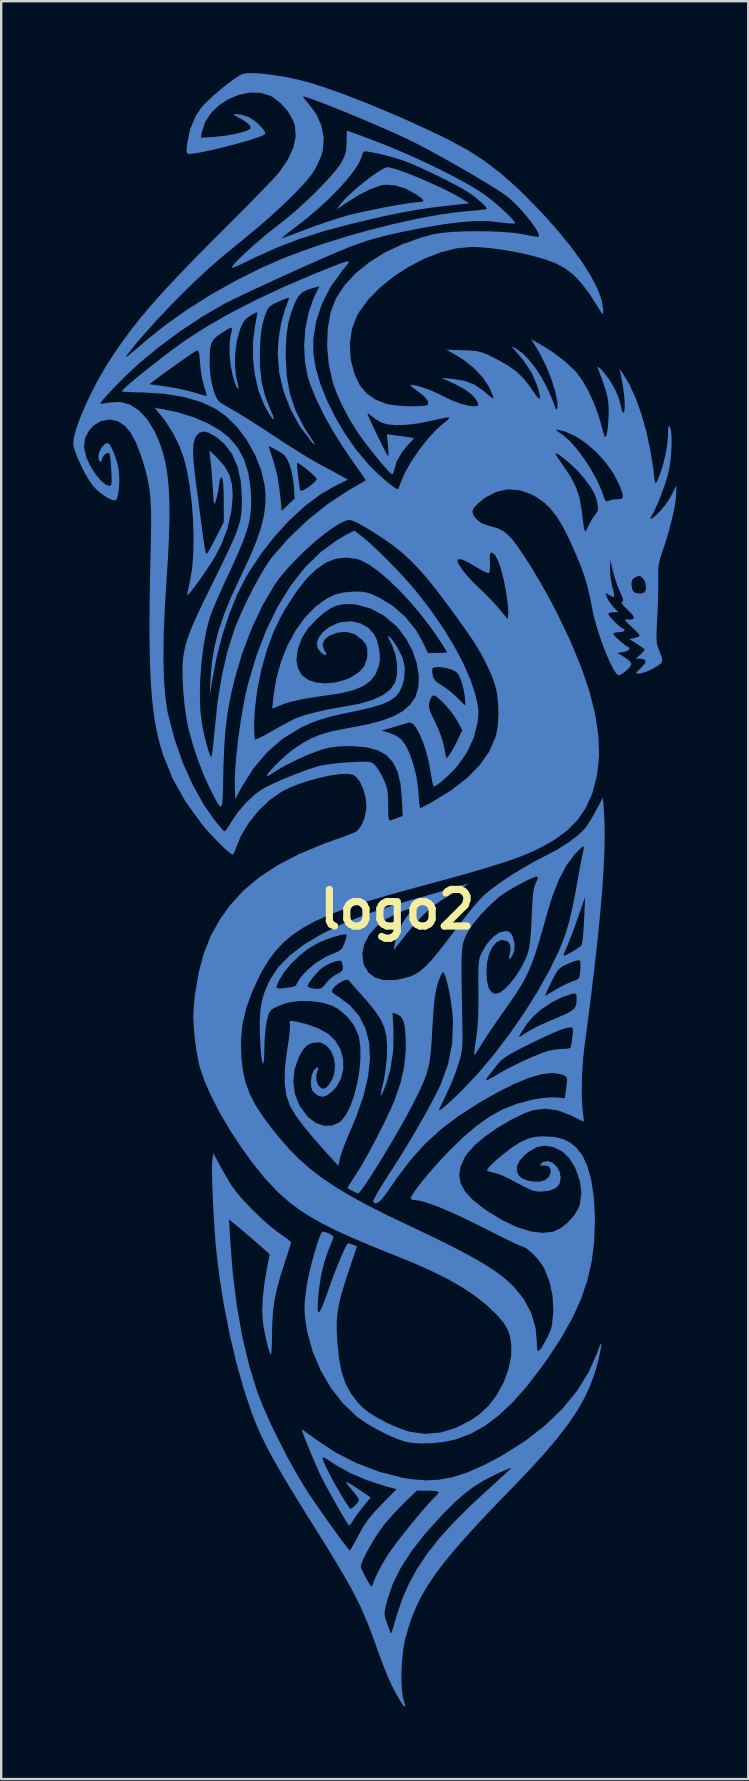
<source format=kicad_pcb>
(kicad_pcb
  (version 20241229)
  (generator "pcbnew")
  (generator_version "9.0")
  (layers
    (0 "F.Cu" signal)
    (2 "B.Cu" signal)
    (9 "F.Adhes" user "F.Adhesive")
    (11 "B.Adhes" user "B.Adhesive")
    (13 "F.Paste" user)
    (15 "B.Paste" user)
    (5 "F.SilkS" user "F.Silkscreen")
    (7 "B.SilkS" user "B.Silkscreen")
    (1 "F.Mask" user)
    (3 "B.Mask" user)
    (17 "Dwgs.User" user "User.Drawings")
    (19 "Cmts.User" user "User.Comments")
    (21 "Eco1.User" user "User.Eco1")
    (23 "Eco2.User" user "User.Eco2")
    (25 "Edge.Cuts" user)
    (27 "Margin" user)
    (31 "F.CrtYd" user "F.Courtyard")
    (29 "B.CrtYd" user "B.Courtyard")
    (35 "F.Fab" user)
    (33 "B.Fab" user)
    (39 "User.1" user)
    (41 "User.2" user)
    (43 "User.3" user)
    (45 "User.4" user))
  (footprint "logo2"
    (layer "F.Cu")
    (at 13.508 34.854)
    (property "Reference" "logo2" (at 0 0 0) (layer "F.SilkS") (effects (font (size 1.524 1.524) (thickness 0.3))))
    (attr board_only exclude_from_pos_files exclude_from_bom)
    (fp_poly (pts (xy -7.412 10.633) (xy -7.242 10.941) (xy -7.049 11.272) (xy -6.894 11.523) (xy -6.686 11.805) (xy -6.397 12.139) (xy -6.055 12.498) (xy -5.691 12.852) (xy -5.332 13.173) (xy -5.01 13.43) (xy -4.863 13.532) (xy -4.653 13.674) (xy -4.5 13.795) (xy -4.431 13.871) (xy -4.43 13.877) (xy -4.451 13.967) (xy -4.508 14.158) (xy -4.592 14.421) (xy -4.675 14.672) (xy -4.873 15.287) (xy -5.018 15.815) (xy -5.118 16.295) (xy -5.18 16.766) (xy -5.212 17.267) (xy -5.219 17.627) (xy -5.224 17.973) (xy -5.234 18.259) (xy -5.249 18.462) (xy -5.265 18.558) (xy -5.272 18.562) (xy -5.32 18.459) (xy -5.383 18.253) (xy -5.453 17.977) (xy -5.52 17.664) (xy -5.578 17.349) (xy -5.6 17.208) (xy -5.629 16.769) (xy -5.61 16.231) (xy -5.545 15.625) (xy -5.438 14.979) (xy -5.426 14.919) (xy -5.315 14.37) (xy -5.651 14.073) (xy -5.862 13.888) (xy -6.132 13.656) (xy -6.412 13.418) (xy -6.499 13.345) (xy -7.012 12.915) (xy -6.962 13.811) (xy -6.853 15.204) (xy -6.683 16.545) (xy -6.457 17.814) (xy -6.177 18.993) (xy -5.847 20.064) (xy -5.781 20.248) (xy -5.557 20.807) (xy -5.272 21.444) (xy -4.943 22.122) (xy -4.589 22.807) (xy -4.227 23.462) (xy -3.877 24.052) (xy -3.652 24.404) (xy -3.415 24.752) (xy -3.162 25.117) (xy -2.904 25.484) (xy -2.654 25.832) (xy -2.425 26.146) (xy -2.23 26.408) (xy -2.081 26.599) (xy -1.992 26.702) (xy -1.974 26.715) (xy -1.933 26.658) (xy -1.844 26.503) (xy -1.72 26.276) (xy -1.614 26.075) (xy -1.42 25.73) (xy -1.215 25.428) (xy -0.964 25.125) (xy -0.656 24.799) (xy -0.032 24.163) (xy -0.449 24.05) (xy -1.235 23.798) (xy -1.954 23.493) (xy -2.577 23.148) (xy -2.782 23.009) (xy -2.98 22.879) (xy -3.088 22.839) (xy -3.114 22.873) (xy -3.08 22.994) (xy -2.987 23.206) (xy -2.85 23.484) (xy -2.683 23.8) (xy -2.499 24.129) (xy -2.315 24.444) (xy -2.143 24.72) (xy -1.999 24.93) (xy -1.961 24.979) (xy -1.901 24.962) (xy -1.795 24.874) (xy -1.683 24.757) (xy -1.606 24.649) (xy -1.592 24.608) (xy -1.635 24.522) (xy -1.747 24.366) (xy -1.906 24.174) (xy -1.917 24.16) (xy -2.063 23.986) (xy -2.127 23.889) (xy -2.102 23.869) (xy -1.983 23.927) (xy -1.763 24.065) (xy -1.506 24.236) (xy -1.109 24.504) (xy -1.411 24.875) (xy -1.588 25.101) (xy -1.747 25.319) (xy -1.841 25.462) (xy -1.934 25.603) (xy -2.002 25.675) (xy -2.009 25.677) (xy -2.056 25.62) (xy -2.155 25.463) (xy -2.294 25.23) (xy -2.46 24.944) (xy -2.64 24.625) (xy -2.822 24.299) (xy -2.991 23.986) (xy -3.136 23.709) (xy -3.156 23.67) (xy -3.248 23.476) (xy -3.365 23.215) (xy -3.496 22.913) (xy -3.629 22.595) (xy -3.755 22.288) (xy -3.863 22.019) (xy -3.941 21.812) (xy -3.978 21.694) (xy -3.98 21.677) (xy -3.921 21.708) (xy -3.776 21.807) (xy -3.567 21.958) (xy -3.361 22.111) (xy -2.566 22.635) (xy -1.686 23.081) (xy -0.759 23.433) (xy 0.18 23.677) (xy 0.63 23.751) (xy 1.197 23.794) (xy 1.752 23.765) (xy 2.315 23.659) (xy 2.907 23.469) (xy 3.55 23.19) (xy 4.264 22.817) (xy 4.36 22.763) (xy 5.311 22.164) (xy 6.155 21.51) (xy 6.886 20.804) (xy 7.499 20.054) (xy 7.987 19.266) (xy 8.345 18.446) (xy 8.381 18.341) (xy 8.451 18.147) (xy 8.492 18.078) (xy 8.504 18.124) (xy 8.487 18.275) (xy 8.44 18.52) (xy 8.379 18.79) (xy 8.227 19.334) (xy 8.034 19.86) (xy 7.79 20.38) (xy 7.487 20.909) (xy 7.116 21.458) (xy 6.669 22.041) (xy 6.137 22.669) (xy 5.511 23.356) (xy 4.813 24.085) (xy 4.059 24.863) (xy 3.4 25.559) (xy 2.829 26.184) (xy 2.336 26.748) (xy 1.916 27.263) (xy 1.559 27.74) (xy 1.259 28.189) (xy 1.007 28.621) (xy 0.796 29.047) (xy 0.618 29.478) (xy 0.466 29.925) (xy 0.331 30.398) (xy 0.33 30.403) (xy 0.259 30.755) (xy 0.209 31.175) (xy 0.18 31.625) (xy 0.173 32.071) (xy 0.188 32.477) (xy 0.228 32.806) (xy 0.268 32.966) (xy 0.328 33.167) (xy 0.328 33.244) (xy 0.267 33.197) (xy 0.148 33.026) (xy 0.126 32.992) (xy -0.059 32.675) (xy -0.236 32.329) (xy -0.414 31.93) (xy -0.605 31.455) (xy -0.818 30.878) (xy -0.895 30.66) (xy -1.06 30.204) (xy -1.219 29.789) (xy -1.378 29.405) (xy -0.527 29.405) (xy -0.498 29.543) (xy -0.451 29.681) (xy -0.375 29.892) (xy -0.315 30.058) (xy -0.298 30.106) (xy -0.278 30.155) (xy -0.26 30.167) (xy -0.233 30.12) (xy -0.191 29.997) (xy -0.126 29.779) (xy -0.038 29.471) (xy 0.191 28.781) (xy 0.473 28.124) (xy 0.82 27.487) (xy 1.241 26.855) (xy 1.746 26.214) (xy 2.347 25.55) (xy 3.052 24.849) (xy 3.69 24.259) (xy 4.009 23.97) (xy 4.289 23.713) (xy 4.514 23.503) (xy 4.671 23.354) (xy 4.743 23.278) (xy 4.747 23.272) (xy 4.681 23.292) (xy 4.516 23.36) (xy 4.278 23.466) (xy 4.042 23.576) (xy 3.614 23.794) (xy 3.227 24.03) (xy 2.854 24.306) (xy 2.466 24.644) (xy 2.036 25.064) (xy 1.854 25.251) (xy 1.158 26.022) (xy 0.587 26.753) (xy 0.137 27.452) (xy -0.196 28.126) (xy -0.417 28.781) (xy -0.489 29.067) (xy -0.525 29.26) (xy -0.527 29.405) (xy -1.378 29.405) (xy -1.381 29.398) (xy -1.555 29.014) (xy -1.749 28.621) (xy -1.973 28.202) (xy -2.234 27.741) (xy -2.447 27.382) (xy -1.523 27.382) (xy -1.494 27.476) (xy -1.42 27.638) (xy -1.322 27.831) (xy -1.219 28.017) (xy -1.13 28.161) (xy -1.076 28.224) (xy -1.07 28.223) (xy -1.036 28.153) (xy -0.968 27.992) (xy -0.901 27.827) (xy -0.794 27.594) (xy -0.635 27.299) (xy -0.454 26.994) (xy -0.389 26.892) (xy -0.217 26.645) (xy 0.017 26.332) (xy 0.291 25.979) (xy 0.587 25.611) (xy 0.882 25.253) (xy 1.156 24.932) (xy 1.388 24.672) (xy 1.55 24.506) (xy 1.67 24.379) (xy 1.729 24.288) (xy 1.73 24.281) (xy 1.667 24.252) (xy 1.502 24.231) (xy 1.274 24.223) (xy 0.817 24.223) (xy 0.329 24.691) (xy 0.052 24.97) (xy -0.246 25.292) (xy -0.509 25.596) (xy -0.558 25.657) (xy -0.741 25.906) (xy -0.936 26.202) (xy -1.125 26.519) (xy -1.294 26.826) (xy -1.427 27.095) (xy -1.507 27.299) (xy -1.523 27.382) (xy -2.447 27.382) (xy -2.542 27.222) (xy -2.904 26.627) (xy -3.331 25.94) (xy -3.54 25.607) (xy -4.026 24.827) (xy -4.443 24.147) (xy -4.798 23.553) (xy -5.098 23.031) (xy -5.352 22.568) (xy -5.566 22.148) (xy -5.75 21.759) (xy -5.91 21.384) (xy -6.053 21.017) (xy -6.392 20.007) (xy -6.706 18.892) (xy -6.988 17.703) (xy -7.229 16.473) (xy -7.424 15.232) (xy -7.54 14.258) (xy -7.576 13.869) (xy -7.61 13.417) (xy -7.641 12.928) (xy -7.669 12.424) (xy -7.692 11.929) (xy -7.709 11.467) (xy -7.72 11.062) (xy -7.722 10.738) (xy -7.716 10.518) (xy -7.71 10.463) (xy -7.664 10.158)) (stroke (width 0) (type solid)) (fill yes) (layer "B.Cu"))
    (fp_poly (pts (xy -5.545 -34.825) (xy -5.093 -34.767) (xy -4.61 -34.685) (xy -4.123 -34.582) (xy -3.657 -34.461) (xy -3.544 -34.428) (xy -2.885 -34.211) (xy -2.134 -33.939) (xy -1.32 -33.623) (xy -0.472 -33.274) (xy 0.382 -32.905) (xy 1.212 -32.527) (xy 1.991 -32.153) (xy 2.214 -32.041) (xy 2.952 -31.638) (xy 3.631 -31.2) (xy 4.283 -30.703) (xy 4.944 -30.123) (xy 5.364 -29.717) (xy 6.058 -29.001) (xy 6.681 -28.305) (xy 7.225 -27.637) (xy 7.686 -27.006) (xy 8.058 -26.42) (xy 8.335 -25.887) (xy 8.511 -25.417) (xy 8.581 -25.017) (xy 8.582 -24.97) (xy 8.579 -24.855) (xy 8.559 -24.82) (xy 8.506 -24.876) (xy 8.405 -25.036) (xy 8.341 -25.141) (xy 7.989 -25.69) (xy 7.657 -26.124) (xy 7.329 -26.463) (xy 6.986 -26.724) (xy 6.612 -26.925) (xy 6.199 -27.082) (xy 5.685 -27.231) (xy 5.108 -27.365) (xy 4.504 -27.477) (xy 3.91 -27.56) (xy 3.364 -27.606) (xy 3.108 -27.613) (xy 2.48 -27.556) (xy 1.816 -27.389) (xy 1.141 -27.128) (xy 0.478 -26.787) (xy -0.15 -26.379) (xy -0.72 -25.919) (xy -1.207 -25.422) (xy -1.588 -24.901) (xy -1.701 -24.697) (xy -1.891 -24.18) (xy -1.976 -23.607) (xy -1.951 -23.015) (xy -1.918 -22.825) (xy -1.766 -22.271) (xy -1.553 -21.833) (xy -1.266 -21.495) (xy -0.895 -21.243) (xy -0.465 -21.075) (xy -0.258 -21.032) (xy 0.018 -21) (xy 0.328 -20.979) (xy 0.641 -20.971) (xy 0.923 -20.975) (xy 1.143 -20.994) (xy 1.266 -21.026) (xy 1.279 -21.038) (xy 1.282 -21.169) (xy 1.165 -21.339) (xy 0.937 -21.539) (xy 0.812 -21.628) (xy 0.643 -21.751) (xy 0.551 -21.838) (xy 0.555 -21.869) (xy 0.782 -21.836) (xy 1.086 -21.749) (xy 1.422 -21.624) (xy 1.746 -21.475) (xy 1.829 -21.431) (xy 2.224 -21.238) (xy 2.618 -21.088) (xy 2.971 -20.995) (xy 3.196 -20.971) (xy 3.337 -20.979) (xy 3.381 -21.025) (xy 3.34 -21.143) (xy 3.292 -21.239) (xy 3.119 -21.45) (xy 2.818 -21.673) (xy 2.396 -21.901) (xy 2.24 -21.973) (xy 1.834 -22.154) (xy 2.316 -22.112) (xy 2.809 -22.031) (xy 3.222 -21.87) (xy 3.6 -21.608) (xy 3.698 -21.522) (xy 3.86 -21.383) (xy 3.974 -21.308) (xy 4.014 -21.31) (xy 3.985 -21.409) (xy 3.908 -21.591) (xy 3.81 -21.795) (xy 3.558 -22.177) (xy 3.201 -22.556) (xy 2.769 -22.902) (xy 2.433 -23.112) (xy 2.042 -23.33) (xy 2.745 -23.307) (xy 3.068 -23.294) (xy 3.306 -23.271) (xy 3.506 -23.224) (xy 3.717 -23.143) (xy 3.986 -23.014) (xy 4.094 -22.96) (xy 4.568 -22.7) (xy 4.943 -22.438) (xy 5.253 -22.142) (xy 5.536 -21.782) (xy 5.638 -21.631) (xy 5.8 -21.398) (xy 5.903 -21.287) (xy 5.949 -21.3) (xy 5.938 -21.437) (xy 5.871 -21.699) (xy 5.824 -21.854) (xy 5.605 -22.36) (xy 5.259 -22.885) (xy 4.987 -23.21) (xy 4.741 -23.483) (xy 4.958 -23.371) (xy 5.208 -23.192) (xy 5.483 -22.913) (xy 5.762 -22.559) (xy 6.022 -22.16) (xy 6.196 -21.836) (xy 6.331 -21.548) (xy 6.445 -21.287) (xy 6.523 -21.09) (xy 6.544 -21.022) (xy 6.599 -20.867) (xy 6.647 -20.836) (xy 6.676 -20.918) (xy 6.676 -21.098) (xy 6.669 -21.161) (xy 6.58 -21.598) (xy 6.422 -22.101) (xy 6.211 -22.626) (xy 5.965 -23.131) (xy 5.73 -23.53) (xy 5.572 -23.771) (xy 5.987 -23.538) (xy 6.517 -23.203) (xy 7.008 -22.825) (xy 7.417 -22.437) (xy 7.473 -22.374) (xy 7.717 -22.043) (xy 7.962 -21.613) (xy 8.189 -21.122) (xy 8.379 -20.61) (xy 8.449 -20.378) (xy 8.524 -20.109) (xy 8.587 -19.884) (xy 8.629 -19.743) (xy 8.635 -19.725) (xy 8.673 -19.679) (xy 8.713 -19.751) (xy 8.75 -19.918) (xy 8.782 -20.159) (xy 8.803 -20.453) (xy 8.809 -20.659) (xy 8.808 -20.919) (xy 8.791 -21.151) (xy 8.753 -21.381) (xy 8.686 -21.639) (xy 8.583 -21.954) (xy 8.437 -22.353) (xy 8.345 -22.597) (xy 8.358 -22.624) (xy 8.443 -22.56) (xy 8.575 -22.424) (xy 8.838 -22.084) (xy 9.065 -21.696) (xy 9.234 -21.306) (xy 9.313 -21.002) (xy 9.353 -20.817) (xy 9.4 -20.707) (xy 9.42 -20.694) (xy 9.463 -20.757) (xy 9.481 -20.932) (xy 9.474 -21.191) (xy 9.445 -21.511) (xy 9.396 -21.866) (xy 9.328 -22.232) (xy 9.308 -22.32) (xy 9.261 -22.528) (xy 9.41 -22.32) (xy 9.684 -21.864) (xy 9.942 -21.294) (xy 10.177 -20.633) (xy 10.382 -19.904) (xy 10.55 -19.132) (xy 10.673 -18.34) (xy 10.696 -18.137) (xy 10.724 -17.902) (xy 10.747 -17.786) (xy 10.777 -17.772) (xy 10.823 -17.841) (xy 10.838 -17.869) (xy 10.96 -18.161) (xy 11.078 -18.542) (xy 11.179 -18.961) (xy 11.251 -19.369) (xy 11.283 -19.715) (xy 11.283 -19.75) (xy 11.288 -20) (xy 11.302 -20.129) (xy 11.33 -20.153) (xy 11.363 -20.11) (xy 11.408 -19.951) (xy 11.43 -19.69) (xy 11.432 -19.361) (xy 11.414 -18.997) (xy 11.376 -18.633) (xy 11.32 -18.302) (xy 11.314 -18.271) (xy 11.227 -17.95) (xy 11.106 -17.578) (xy 10.966 -17.195) (xy 10.821 -16.842) (xy 10.686 -16.558) (xy 10.614 -16.432) (xy 10.545 -16.304) (xy 10.561 -16.267) (xy 10.65 -16.316) (xy 10.798 -16.444) (xy 10.964 -16.611) (xy 11.167 -16.857) (xy 11.354 -17.133) (xy 11.457 -17.321) (xy 11.626 -17.683) (xy 11.626 -17.337) (xy 11.603 -17.053) (xy 11.538 -16.672) (xy 11.438 -16.225) (xy 11.311 -15.743) (xy 11.164 -15.259) (xy 11.073 -14.992) (xy 10.965 -14.667) (xy 10.902 -14.411) (xy 10.874 -14.164) (xy 10.872 -13.869) (xy 10.874 -13.781) (xy 10.877 -13.486) (xy 10.872 -13.098) (xy 10.859 -12.665) (xy 10.84 -12.232) (xy 10.835 -12.146) (xy 10.814 -11.742) (xy 10.804 -11.448) (xy 10.806 -11.235) (xy 10.824 -11.075) (xy 10.858 -10.94) (xy 10.911 -10.801) (xy 10.934 -10.745) (xy 11.02 -10.526) (xy 11.047 -10.391) (xy 11.02 -10.3) (xy 11 -10.272) (xy 10.856 -10.154) (xy 10.633 -10.025) (xy 10.385 -9.912) (xy 10.166 -9.84) (xy 10.073 -9.828) (xy 9.975 -9.833) (xy 9.958 -9.864) (xy 10.028 -9.945) (xy 10.151 -10.059) (xy 10.311 -10.238) (xy 10.347 -10.365) (xy 10.259 -10.436) (xy 10.125 -10.451) (xy 9.946 -10.451) (xy 10.129 -10.62) (xy 10.25 -10.742) (xy 10.311 -10.821) (xy 10.312 -10.828) (xy 10.259 -10.882) (xy 10.12 -10.982) (xy 9.991 -11.066) (xy 9.669 -11.266) (xy 9.887 -11.314) (xy 10.036 -11.362) (xy 10.104 -11.416) (xy 10.105 -11.419) (xy 10.056 -11.492) (xy 9.932 -11.623) (xy 9.793 -11.751) (xy 9.588 -11.943) (xy 9.495 -12.059) (xy 9.513 -12.1) (xy 9.603 -12.083) (xy 9.761 -12.084) (xy 9.827 -12.11) (xy 9.866 -12.163) (xy 9.83 -12.246) (xy 9.707 -12.381) (xy 9.601 -12.482) (xy 9.42 -12.665) (xy 9.346 -12.777) (xy 9.369 -12.825) (xy 9.413 -12.871) (xy 9.399 -12.972) (xy 9.32 -13.157) (xy 9.29 -13.217) (xy 9.181 -13.476) (xy 9.157 -13.546) (xy 9.759 -13.546) (xy 9.798 -13.313) (xy 9.921 -13.188) (xy 10.135 -13.164) (xy 10.139 -13.164) (xy 10.29 -13.201) (xy 10.354 -13.304) (xy 10.368 -13.397) (xy 10.329 -13.65) (xy 10.255 -13.776) (xy 10.144 -13.886) (xy 10.037 -13.896) (xy 9.94 -13.858) (xy 9.807 -13.763) (xy 9.761 -13.608) (xy 9.759 -13.546) (xy 9.157 -13.546) (xy 9.071 -13.795) (xy 8.994 -14.07) (xy 8.873 -14.569) (xy 8.866 -14.183) (xy 8.884 -13.878) (xy 8.937 -13.554) (xy 8.967 -13.432) (xy 9.021 -13.225) (xy 9.044 -13.076) (xy 9.039 -13.03) (xy 8.962 -13.037) (xy 8.83 -13.105) (xy 8.712 -13.177) (xy 8.685 -13.155) (xy 8.725 -13.028) (xy 8.815 -12.856) (xy 8.958 -12.663) (xy 9.002 -12.613) (xy 9.212 -12.389) (xy 9.001 -12.389) (xy 8.853 -12.369) (xy 8.79 -12.321) (xy 8.79 -12.319) (xy 8.837 -12.235) (xy 8.955 -12.098) (xy 9.109 -11.941) (xy 9.264 -11.801) (xy 9.383 -11.711) (xy 9.421 -11.696) (xy 9.48 -11.644) (xy 9.482 -11.627) (xy 9.421 -11.582) (xy 9.271 -11.559) (xy 9.24 -11.558) (xy 9.079 -11.542) (xy 8.999 -11.503) (xy 8.997 -11.494) (xy 9.047 -11.416) (xy 9.17 -11.29) (xy 9.33 -11.147) (xy 9.488 -11.021) (xy 9.608 -10.944) (xy 9.638 -10.935) (xy 9.679 -10.885) (xy 9.672 -10.849) (xy 9.591 -10.781) (xy 9.429 -10.73) (xy 9.407 -10.726) (xy 9.17 -10.69) (xy 9.464 -10.518) (xy 9.636 -10.395) (xy 9.742 -10.277) (xy 9.758 -10.229) (xy 9.706 -10.122) (xy 9.579 -9.984) (xy 9.421 -9.853) (xy 9.277 -9.77) (xy 9.224 -9.759) (xy 9.135 -9.822) (xy 9.017 -9.997) (xy 8.88 -10.262) (xy 8.731 -10.597) (xy 8.58 -10.979) (xy 8.435 -11.387) (xy 8.305 -11.799) (xy 8.198 -12.194) (xy 8.13 -12.508) (xy 8.027 -13.033) (xy 7.924 -13.47) (xy 7.806 -13.87) (xy 7.658 -14.283) (xy 7.464 -14.759) (xy 7.441 -14.813) (xy 7.16 -15.444) (xy 6.9 -15.958) (xy 6.647 -16.371) (xy 6.39 -16.701) (xy 6.115 -16.965) (xy 5.809 -17.179) (xy 5.584 -17.303) (xy 5.099 -17.475) (xy 4.615 -17.51) (xy 4.139 -17.409) (xy 3.68 -17.174) (xy 3.372 -16.931) (xy 3.193 -16.744) (xy 3.128 -16.591) (xy 3.171 -16.436) (xy 3.289 -16.275) (xy 3.499 -16.102) (xy 3.794 -15.997) (xy 3.812 -15.993) (xy 4.181 -15.889) (xy 4.463 -15.743) (xy 4.706 -15.525) (xy 4.798 -15.418) (xy 5.036 -15.101) (xy 5.318 -14.684) (xy 5.627 -14.193) (xy 5.95 -13.652) (xy 6.269 -13.088) (xy 6.57 -12.524) (xy 6.629 -12.411) (xy 7.198 -11.226) (xy 7.658 -10.12) (xy 8.008 -9.088) (xy 8.249 -8.125) (xy 8.383 -7.229) (xy 8.41 -6.394) (xy 8.33 -5.617) (xy 8.145 -4.892) (xy 8.12 -4.819) (xy 7.862 -4.24) (xy 7.521 -3.736) (xy 7.084 -3.292) (xy 6.536 -2.892) (xy 6.024 -2.602) (xy 5.751 -2.467) (xy 5.459 -2.337) (xy 5.137 -2.207) (xy 4.772 -2.073) (xy 4.352 -1.931) (xy 3.864 -1.778) (xy 3.295 -1.609) (xy 2.635 -1.421) (xy 1.87 -1.209) (xy 0.987 -0.97) (xy 0.589 -0.863) (xy -0.444 -0.578) (xy -1.35 -0.306) (xy -2.142 -0.042) (xy -2.829 0.221) (xy -3.422 0.488) (xy -3.933 0.767) (xy -4.371 1.063) (xy -4.748 1.382) (xy -5.075 1.731) (xy -5.362 2.116) (xy -5.62 2.542) (xy -5.726 2.741) (xy -6.069 3.479) (xy -6.31 4.162) (xy -6.458 4.822) (xy -6.517 5.492) (xy -6.497 6.203) (xy -6.496 6.215) (xy -6.432 6.738) (xy -6.321 7.22) (xy -6.151 7.682) (xy -5.912 8.149) (xy -5.593 8.644) (xy -5.182 9.191) (xy -4.938 9.491) (xy -4.528 9.96) (xy -4.102 10.392) (xy -3.647 10.796) (xy -3.146 11.182) (xy -2.585 11.561) (xy -1.949 11.943) (xy -1.224 12.338) (xy -0.393 12.756) (xy 0.372 13.121) (xy 1.234 13.529) (xy 1.979 13.893) (xy 2.619 14.218) (xy 3.164 14.513) (xy 3.626 14.782) (xy 4.017 15.033) (xy 4.349 15.273) (xy 4.632 15.508) (xy 4.845 15.711) (xy 5.276 16.24) (xy 5.584 16.823) (xy 5.764 17.449) (xy 5.814 18.009) (xy 5.822 18.224) (xy 5.844 18.369) (xy 5.868 18.41) (xy 5.943 18.352) (xy 6.051 18.2) (xy 6.174 17.989) (xy 6.293 17.754) (xy 6.389 17.53) (xy 6.443 17.352) (xy 6.506 16.738) (xy 6.47 16.107) (xy 6.341 15.501) (xy 6.125 14.962) (xy 6.108 14.93) (xy 5.967 14.716) (xy 5.782 14.493) (xy 5.58 14.289) (xy 5.392 14.133) (xy 5.246 14.054) (xy 5.216 14.05) (xy 5.131 14.019) (xy 4.94 13.934) (xy 4.663 13.802) (xy 4.317 13.633) (xy 3.921 13.434) (xy 3.625 13.284) (xy 2.931 12.938) (xy 2.309 12.648) (xy 1.768 12.417) (xy 1.318 12.248) (xy 0.968 12.145) (xy 0.734 12.112) (xy 0.6 12.092) (xy 0.554 12.053) (xy 0.599 11.937) (xy 0.727 11.738) (xy 0.923 11.474) (xy 1.174 11.163) (xy 1.464 10.821) (xy 1.781 10.466) (xy 2.111 10.116) (xy 2.124 10.102) (xy 2.735 9.504) (xy 3.304 9.018) (xy 3.853 8.631) (xy 4.403 8.33) (xy 4.972 8.104) (xy 5.583 7.94) (xy 5.674 7.921) (xy 5.997 7.868) (xy 6.323 7.838) (xy 6.588 7.834) (xy 6.615 7.836) (xy 6.985 7.866) (xy 7.027 7.549) (xy 7.063 7.265) (xy 7.074 7.088) (xy 7.05 6.985) (xy 6.981 6.926) (xy 6.859 6.88) (xy 6.82 6.867) (xy 6.473 6.815) (xy 6.043 6.86) (xy 5.527 7.005) (xy 4.924 7.248) (xy 4.231 7.592) (xy 3.447 8.037) (xy 3.388 8.072) (xy 2.546 8.614) (xy 1.813 9.169) (xy 1.161 9.766) (xy 0.562 10.43) (xy -0.014 11.189) (xy -0.23 11.506) (xy -0.473 11.856) (xy -0.662 12.091) (xy -0.805 12.22) (xy -0.913 12.252) (xy -0.995 12.194) (xy -1.006 12.177) (xy -0.983 12.1) (xy -0.894 11.926) (xy -0.749 11.675) (xy -0.559 11.365) (xy -0.334 11.014) (xy -0.291 10.949) (xy 0.069 10.387) (xy 0.437 9.789) (xy 0.797 9.18) (xy 1.135 8.588) (xy 1.276 8.329) (xy 1.743 8.329) (xy 1.744 8.373) (xy 1.832 8.325) (xy 1.998 8.193) (xy 2.233 7.984) (xy 2.527 7.706) (xy 2.707 7.53) (xy 3.136 7.076) (xy 3.707 7.076) (xy 3.711 7.117) (xy 3.804 7.086) (xy 3.996 6.98) (xy 4.155 6.885) (xy 4.466 6.708) (xy 4.836 6.517) (xy 5.23 6.326) (xy 5.617 6.152) (xy 5.962 6.009) (xy 6.233 5.913) (xy 6.311 5.891) (xy 6.578 5.842) (xy 6.845 5.815) (xy 6.913 5.814) (xy 7.095 5.802) (xy 7.207 5.772) (xy 7.22 5.762) (xy 7.244 5.669) (xy 7.275 5.485) (xy 7.298 5.312) (xy 7.321 5.088) (xy 7.316 4.969) (xy 7.276 4.922) (xy 7.205 4.914) (xy 7.039 4.941) (xy 6.784 5.026) (xy 6.435 5.171) (xy 5.983 5.38) (xy 5.419 5.655) (xy 5.364 5.683) (xy 4.974 5.881) (xy 4.687 6.039) (xy 4.479 6.17) (xy 4.326 6.292) (xy 4.205 6.419) (xy 4.153 6.485) (xy 3.993 6.693) (xy 3.848 6.882) (xy 3.783 6.965) (xy 3.707 7.076) (xy 3.136 7.076) (xy 3.361 6.838) (xy 4.02 6.055) (xy 4.602 5.291) (xy 5.075 5.291) (xy 5.087 5.312) (xy 5.153 5.278) (xy 5.222 5.234) (xy 5.432 5.102) (xy 5.635 4.98) (xy 5.783 4.905) (xy 6.025 4.792) (xy 6.325 4.658) (xy 6.621 4.531) (xy 6.966 4.383) (xy 7.202 4.264) (xy 7.351 4.157) (xy 7.432 4.04) (xy 7.466 3.893) (xy 7.474 3.697) (xy 7.474 3.693) (xy 7.465 3.547) (xy 7.408 3.501) (xy 7.263 3.523) (xy 7.25 3.526) (xy 6.845 3.664) (xy 6.416 3.886) (xy 6.004 4.165) (xy 5.65 4.474) (xy 5.416 4.754) (xy 5.233 5.028) (xy 5.121 5.202) (xy 5.075 5.291) (xy 4.602 5.291) (xy 4.666 5.208) (xy 5.279 4.323) (xy 5.742 3.586) (xy 6.16 3.586) (xy 6.209 3.575) (xy 6.315 3.515) (xy 6.469 3.421) (xy 6.679 3.297) (xy 6.783 3.237) (xy 7.023 3.114) (xy 7.265 3.01) (xy 7.347 2.98) (xy 7.496 2.924) (xy 7.575 2.85) (xy 7.612 2.713) (xy 7.629 2.54) (xy 7.636 2.325) (xy 7.624 2.168) (xy 7.608 2.121) (xy 7.524 2.118) (xy 7.354 2.165) (xy 7.132 2.253) (xy 7.131 2.254) (xy 6.925 2.351) (xy 6.782 2.442) (xy 6.673 2.558) (xy 6.567 2.734) (xy 6.432 3.001) (xy 6.311 3.251) (xy 6.218 3.449) (xy 6.166 3.567) (xy 6.16 3.586) (xy 5.742 3.586) (xy 5.841 3.429) (xy 6.333 2.552) (xy 6.648 1.905) (xy 6.931 1.905) (xy 6.974 1.925) (xy 7.112 1.86) (xy 7.286 1.763) (xy 7.481 1.646) (xy 7.627 1.542) (xy 7.671 1.502) (xy 7.7 1.404) (xy 7.73 1.196) (xy 7.757 0.905) (xy 7.78 0.559) (xy 7.785 0.448) (xy 7.828 -0.519) (xy 7.526 0.346) (xy 7.398 0.705) (xy 7.27 1.051) (xy 7.157 1.343) (xy 7.074 1.544) (xy 7.072 1.549) (xy 6.968 1.784) (xy 6.931 1.905) (xy 6.648 1.905) (xy 6.738 1.721) (xy 6.842 1.477) (xy 7.003 1.043) (xy 7.15 0.551) (xy 7.289 -0.022) (xy 7.424 -0.696) (xy 7.51 -1.177) (xy 7.576 -1.553) (xy 7.639 -1.898) (xy 7.695 -2.18) (xy 7.736 -2.368) (xy 7.746 -2.405) (xy 7.774 -2.555) (xy 7.759 -2.628) (xy 7.753 -2.63) (xy 7.681 -2.582) (xy 7.547 -2.456) (xy 7.38 -2.279) (xy 7.374 -2.272) (xy 7.044 -1.825) (xy 6.739 -1.247) (xy 6.462 -0.544) (xy 6.262 0.104) (xy 6.074 0.776) (xy 5.911 1.336) (xy 5.765 1.803) (xy 5.627 2.199) (xy 5.486 2.545) (xy 5.335 2.861) (xy 5.163 3.168) (xy 4.962 3.488) (xy 4.723 3.84) (xy 4.456 4.218) (xy 4.205 4.575) (xy 3.959 4.934) (xy 3.739 5.263) (xy 3.568 5.528) (xy 3.512 5.62) (xy 3.378 5.837) (xy 3.272 5.994) (xy 3.212 6.065) (xy 3.205 6.066) (xy 3.205 5.992) (xy 3.224 5.811) (xy 3.26 5.555) (xy 3.289 5.368) (xy 3.34 4.953) (xy 3.371 4.459) (xy 3.384 3.866) (xy 3.383 3.403) (xy 3.378 2.944) (xy 3.379 2.601) (xy 3.387 2.348) (xy 3.403 2.164) (xy 3.431 2.025) (xy 3.471 1.907) (xy 3.52 1.799) (xy 3.741 1.43) (xy 3.993 1.145) (xy 4.257 0.963) (xy 4.512 0.9) (xy 4.657 0.923) (xy 4.754 1.019) (xy 4.82 1.156) (xy 4.888 1.436) (xy 4.876 1.716) (xy 4.787 1.944) (xy 4.739 2.002) (xy 4.666 2.064) (xy 4.651 2.027) (xy 4.676 1.903) (xy 4.71 1.747) (xy 4.723 1.661) (xy 4.723 1.661) (xy 4.698 1.463) (xy 4.616 1.349) (xy 4.536 1.304) (xy 4.329 1.274) (xy 4.135 1.366) (xy 3.965 1.562) (xy 3.831 1.844) (xy 3.744 2.196) (xy 3.716 2.559) (xy 3.738 2.982) (xy 3.812 3.281) (xy 3.94 3.458) (xy 4.085 3.515) (xy 4.258 3.473) (xy 4.468 3.324) (xy 4.698 3.089) (xy 4.93 2.791) (xy 5.148 2.451) (xy 5.334 2.089) (xy 5.436 1.834) (xy 5.491 1.624) (xy 5.535 1.335) (xy 5.569 0.948) (xy 5.597 0.446) (xy 5.602 0.311) (xy 5.623 -0.155) (xy 5.647 -0.505) (xy 5.675 -0.76) (xy 5.711 -0.941) (xy 5.758 -1.071) (xy 5.77 -1.096) (xy 5.839 -1.256) (xy 5.855 -1.361) (xy 5.849 -1.372) (xy 5.768 -1.365) (xy 5.596 -1.299) (xy 5.361 -1.188) (xy 5.089 -1.046) (xy 4.808 -0.889) (xy 4.545 -0.73) (xy 4.326 -0.584) (xy 4.221 -0.504) (xy 3.815 -0.136) (xy 3.449 0.248) (xy 3.143 0.625) (xy 2.919 0.967) (xy 2.833 1.146) (xy 2.788 1.264) (xy 2.752 1.379) (xy 2.723 1.505) (xy 2.702 1.657) (xy 2.687 1.85) (xy 2.678 2.096) (xy 2.675 2.412) (xy 2.677 2.81) (xy 2.684 3.306) (xy 2.695 3.914) (xy 2.707 4.533) (xy 2.715 4.994) (xy 2.718 5.345) (xy 2.712 5.612) (xy 2.696 5.823) (xy 2.667 6.005) (xy 2.623 6.187) (xy 2.562 6.395) (xy 2.538 6.471) (xy 2.44 6.767) (xy 2.326 7.067) (xy 2.183 7.401) (xy 2.001 7.796) (xy 1.766 8.283) (xy 1.743 8.329) (xy 1.276 8.329) (xy 1.435 8.039) (xy 1.682 7.56) (xy 1.81 7.29) (xy 2.114 6.453) (xy 2.286 5.583) (xy 2.323 4.693) (xy 2.285 4.194) (xy 2.23 3.801) (xy 2.164 3.428) (xy 2.092 3.099) (xy 2.021 2.836) (xy 1.955 2.664) (xy 1.9 2.605) (xy 1.9 2.605) (xy 1.849 2.671) (xy 1.775 2.836) (xy 1.693 3.066) (xy 1.684 3.092) (xy 1.626 3.31) (xy 1.578 3.56) (xy 1.539 3.868) (xy 1.505 4.257) (xy 1.474 4.753) (xy 1.463 4.952) (xy 1.432 5.502) (xy 1.397 5.944) (xy 1.351 6.309) (xy 1.286 6.626) (xy 1.195 6.928) (xy 1.07 7.243) (xy 0.905 7.602) (xy 0.719 7.979) (xy 0.538 8.328) (xy 0.322 8.726) (xy 0.079 9.157) (xy -0.179 9.603) (xy -0.444 10.05) (xy -0.706 10.481) (xy -0.953 10.879) (xy -1.177 11.229) (xy -1.368 11.513) (xy -1.515 11.717) (xy -1.609 11.823) (xy -1.632 11.835) (xy -1.713 11.807) (xy -1.849 11.741) (xy -1.986 11.666) (xy -2.07 11.611) (xy -2.076 11.602) (xy -2.041 11.539) (xy -1.945 11.386) (xy -1.805 11.168) (xy -1.693 10.998) (xy -1.488 10.665) (xy -1.245 10.239) (xy -0.984 9.756) (xy -0.722 9.25) (xy -0.477 8.755) (xy -0.267 8.307) (xy -0.11 7.939) (xy -0.109 7.937) (xy 0.135 7.232) (xy 0.284 6.574) (xy 0.349 5.918) (xy 0.354 5.701) (xy 0.344 5.228) (xy 0.31 4.876) (xy 0.247 4.627) (xy 0.151 4.467) (xy 0.017 4.377) (xy 0.003 4.372) (xy -0.199 4.301) (xy -0.16 5.005) (xy -0.167 5.864) (xy -0.289 6.667) (xy -0.45 7.224) (xy -0.558 7.518) (xy -0.639 7.696) (xy -0.685 7.758) (xy -0.693 7.698) (xy -0.659 7.515) (xy -0.61 7.327) (xy -0.543 7.019) (xy -0.484 6.64) (xy -0.443 6.253) (xy -0.434 6.12) (xy -0.425 5.661) (xy -0.457 5.272) (xy -0.541 4.926) (xy -0.689 4.594) (xy -0.914 4.248) (xy -1.225 3.861) (xy -1.488 3.565) (xy -1.695 3.335) (xy -1.868 3.138) (xy -1.986 3) (xy -2.023 2.952) (xy -2.109 2.929) (xy -2.26 2.976) (xy -2.435 3.073) (xy -2.594 3.198) (xy -2.678 3.296) (xy -2.726 3.39) (xy -2.705 3.462) (xy -2.596 3.547) (xy -2.477 3.619) (xy -1.98 3.986) (xy -1.597 4.429) (xy -1.329 4.948) (xy -1.176 5.542) (xy -1.138 6.21) (xy -1.215 6.95) (xy -1.407 7.763) (xy -1.715 8.647) (xy -1.914 9.119) (xy -2.066 9.474) (xy -2.202 9.816) (xy -2.31 10.109) (xy -2.376 10.319) (xy -2.381 10.342) (xy -2.458 10.684) (xy -2.994 10.095) (xy -3.511 9.51) (xy -3.924 9.007) (xy -4.235 8.582) (xy -4.448 8.229) (xy -4.479 8.167) (xy -4.624 7.745) (xy -4.693 7.238) (xy -4.685 6.636) (xy -4.602 5.929) (xy -4.577 5.779) (xy -4.524 5.441) (xy -4.488 5.141) (xy -4.471 4.91) (xy -4.476 4.785) (xy -4.494 4.685) (xy -4.457 4.646) (xy -4.332 4.654) (xy -4.218 4.672) (xy -3.728 4.792) (xy -3.257 4.974) (xy -2.88 5.185) (xy -2.577 5.471) (xy -2.37 5.828) (xy -2.26 6.227) (xy -2.25 6.64) (xy -2.342 7.039) (xy -2.538 7.395) (xy -2.699 7.57) (xy -2.923 7.745) (xy -3.105 7.81) (xy -3.279 7.769) (xy -3.417 7.677) (xy -3.534 7.558) (xy -3.588 7.408) (xy -3.599 7.208) (xy -3.575 6.969) (xy -3.516 6.772) (xy -3.491 6.729) (xy -3.386 6.612) (xy -3.308 6.576) (xy -3.286 6.624) (xy -3.32 6.709) (xy -3.382 6.923) (xy -3.367 7.146) (xy -3.288 7.336) (xy -3.158 7.455) (xy -3.069 7.475) (xy -2.946 7.414) (xy -2.812 7.256) (xy -2.694 7.036) (xy -2.629 6.845) (xy -2.593 6.509) (xy -2.643 6.185) (xy -2.763 5.899) (xy -2.941 5.68) (xy -3.161 5.555) (xy -3.29 5.537) (xy -3.555 5.565) (xy -3.76 5.664) (xy -3.934 5.856) (xy -4.102 6.153) (xy -4.283 6.665) (xy -4.335 7.188) (xy -4.263 7.702) (xy -4.07 8.182) (xy -3.758 8.61) (xy -3.7 8.669) (xy -3.389 8.901) (xy -3.059 9.015) (xy -2.732 9.011) (xy -2.433 8.885) (xy -2.336 8.809) (xy -2.136 8.557) (xy -1.954 8.196) (xy -1.798 7.754) (xy -1.672 7.261) (xy -1.583 6.745) (xy -1.536 6.235) (xy -1.537 5.759) (xy -1.592 5.347) (xy -1.617 5.248) (xy -1.802 4.835) (xy -2.093 4.458) (xy -2.457 4.152) (xy -2.714 4.011) (xy -3.133 3.882) (xy -3.621 3.818) (xy -4.121 3.819) (xy -4.579 3.89) (xy -4.733 3.936) (xy -4.972 4.031) (xy -5.17 4.128) (xy -5.264 4.191) (xy -5.358 4.349) (xy -5.437 4.626) (xy -5.495 5.005) (xy -5.531 5.466) (xy -5.541 5.854) (xy -5.549 6.172) (xy -5.566 6.36) (xy -5.59 6.428) (xy -5.619 6.383) (xy -5.649 6.235) (xy -5.678 5.992) (xy -5.704 5.661) (xy -5.724 5.253) (xy -5.725 5.225) (xy -5.733 4.669) (xy -5.709 4.211) (xy -5.646 3.817) (xy -5.535 3.449) (xy -5.447 3.245) (xy -5.031 3.245) (xy -4.999 3.286) (xy -4.889 3.292) (xy -4.672 3.274) (xy -4.658 3.272) (xy -4.439 3.242) (xy -4.284 3.206) (xy -4.253 3.189) (xy -3.737 3.189) (xy -3.673 3.252) (xy -3.496 3.297) (xy -3.31 3.314) (xy -3.158 3.284) (xy -3.028 3.159) (xy -2.979 3.085) (xy -2.812 2.895) (xy -2.583 2.729) (xy -2.531 2.701) (xy -2.351 2.603) (xy -2.269 2.506) (xy -2.268 2.365) (xy -2.322 2.165) (xy -2.396 2.13) (xy -2.554 2.155) (xy -2.762 2.229) (xy -2.985 2.34) (xy -3.125 2.43) (xy -3.268 2.555) (xy -3.43 2.731) (xy -3.583 2.92) (xy -3.695 3.086) (xy -3.737 3.189) (xy -4.253 3.189) (xy -4.235 3.18) (xy -4.046 2.854) (xy -3.752 2.526) (xy -3.383 2.223) (xy -2.969 1.969) (xy -2.628 1.82) (xy -2.423 1.732) (xy -2.302 1.622) (xy -2.213 1.439) (xy -2.196 1.392) (xy -2.136 1.203) (xy -2.111 1.074) (xy -2.115 1.045) (xy -2.206 1.038) (xy -2.392 1.073) (xy -2.639 1.142) (xy -2.914 1.235) (xy -3.184 1.341) (xy -3.292 1.39) (xy -3.675 1.611) (xy -4.057 1.906) (xy -4.411 2.246) (xy -4.71 2.603) (xy -4.928 2.951) (xy -5.014 3.162) (xy -5.031 3.245) (xy -5.447 3.245) (xy -5.372 3.071) (xy -5.28 2.889) (xy -4.946 2.391) (xy -4.475 1.912) (xy -3.869 1.451) (xy -3.128 1.01) (xy -2.254 0.588) (xy -1.247 0.187) (xy -0.107 -0.193) (xy 0.538 -0.383) (xy 0.973 -0.506) (xy 1.418 -0.633) (xy 1.85 -0.757) (xy 2.245 -0.871) (xy 2.578 -0.969) (xy 2.826 -1.042) (xy 2.964 -1.085) (xy 2.956 -1.069) (xy 2.847 -0.996) (xy 2.655 -0.878) (xy 2.425 -0.742) (xy 2.013 -0.494) (xy 1.664 -0.261) (xy 1.356 -0.022) (xy 1.066 0.243) (xy 0.77 0.557) (xy 0.446 0.94) (xy 0.071 1.414) (xy 0.013 1.489) (xy -0.147 1.696) (xy -0.103 1.419) (xy 0.016 0.989) (xy 0.223 0.554) (xy 0.425 0.255) (xy 0.541 0.096) (xy 0.601 -0.016) (xy 0.602 -0.044) (xy 0.527 -0.035) (xy 0.356 0.019) (xy 0.122 0.107) (xy 0.024 0.147) (xy -0.466 0.4) (xy -0.869 0.71) (xy -1.174 1.063) (xy -1.373 1.443) (xy -1.456 1.836) (xy -1.414 2.228) (xy -1.38 2.331) (xy -1.197 2.636) (xy -0.923 2.841) (xy -0.562 2.943) (xy -0.12 2.94) (xy 0.051 2.914) (xy 0.317 2.858) (xy 0.55 2.788) (xy 0.762 2.691) (xy 0.968 2.556) (xy 1.182 2.37) (xy 1.419 2.12) (xy 1.692 1.793) (xy 2.017 1.379) (xy 2.405 0.865) (xy 2.685 0.499) (xy 2.964 0.147) (xy 3.221 -0.165) (xy 3.436 -0.413) (xy 3.589 -0.573) (xy 3.889 -0.824) (xy 4.282 -1.113) (xy 4.738 -1.418) (xy 5.224 -1.718) (xy 5.709 -1.995) (xy 6.125 -2.209) (xy 6.668 -2.495) (xy 7.147 -2.796) (xy 7.54 -3.097) (xy 7.824 -3.381) (xy 7.857 -3.422) (xy 7.984 -3.609) (xy 8.141 -3.866) (xy 8.295 -4.142) (xy 8.307 -4.165) (xy 8.566 -4.658) (xy 8.597 -4.319) (xy 8.632 -3.784) (xy 8.644 -3.175) (xy 8.634 -2.485) (xy 8.6 -1.707) (xy 8.542 -0.836) (xy 8.46 0.135) (xy 8.353 1.214) (xy 8.22 2.406) (xy 8.061 3.718) (xy 7.876 5.156) (xy 7.789 5.809) (xy 7.739 6.276) (xy 7.706 6.792) (xy 7.69 7.317) (xy 7.692 7.814) (xy 7.712 8.246) (xy 7.745 8.532) (xy 7.769 8.719) (xy 7.769 8.829) (xy 7.758 8.844) (xy 7.68 8.805) (xy 7.513 8.722) (xy 7.289 8.609) (xy 7.248 8.589) (xy 6.702 8.378) (xy 6.176 8.304) (xy 5.664 8.365) (xy 5.322 8.484) (xy 4.723 8.778) (xy 4.165 9.106) (xy 3.668 9.453) (xy 3.252 9.805) (xy 2.938 10.146) (xy 2.807 10.339) (xy 2.636 10.72) (xy 2.58 11.077) (xy 2.642 11.419) (xy 2.828 11.757) (xy 3.141 12.098) (xy 3.585 12.452) (xy 3.744 12.563) (xy 4.389 12.956) (xy 4.996 13.241) (xy 5.556 13.417) (xy 6.061 13.48) (xy 6.498 13.429) (xy 6.795 13.292) (xy 7.094 13.06) (xy 7.357 12.77) (xy 7.55 12.459) (xy 7.609 12.3) (xy 7.672 11.827) (xy 7.611 11.32) (xy 7.431 10.805) (xy 7.405 10.751) (xy 7.167 10.364) (xy 6.883 10.092) (xy 6.53 9.914) (xy 6.487 9.9) (xy 6.137 9.843) (xy 5.804 9.91) (xy 5.469 10.105) (xy 5.33 10.221) (xy 5.094 10.473) (xy 4.984 10.703) (xy 4.992 10.93) (xy 5.051 11.071) (xy 5.188 11.2) (xy 5.415 11.294) (xy 5.685 11.344) (xy 5.951 11.341) (xy 6.163 11.28) (xy 6.316 11.149) (xy 6.39 10.986) (xy 6.389 10.829) (xy 6.313 10.712) (xy 6.167 10.671) (xy 6.119 10.676) (xy 5.983 10.677) (xy 5.964 10.621) (xy 6.067 10.533) (xy 6.086 10.522) (xy 6.282 10.486) (xy 6.479 10.561) (xy 6.65 10.723) (xy 6.77 10.947) (xy 6.81 11.188) (xy 6.761 11.441) (xy 6.606 11.616) (xy 6.341 11.719) (xy 6.11 11.751) (xy 5.889 11.758) (xy 5.71 11.736) (xy 5.522 11.669) (xy 5.274 11.546) (xy 5.225 11.521) (xy 4.858 11.326) (xy 4.586 11.187) (xy 4.388 11.092) (xy 4.236 11.031) (xy 4.108 10.992) (xy 3.996 10.968) (xy 3.83 10.924) (xy 3.742 10.876) (xy 3.737 10.865) (xy 3.79 10.773) (xy 3.931 10.623) (xy 4.137 10.435) (xy 4.381 10.23) (xy 4.64 10.027) (xy 4.889 9.848) (xy 5.102 9.713) (xy 5.168 9.679) (xy 5.453 9.552) (xy 5.698 9.485) (xy 5.977 9.459) (xy 6.111 9.457) (xy 6.561 9.482) (xy 6.922 9.571) (xy 7.232 9.736) (xy 7.449 9.913) (xy 7.708 10.237) (xy 7.918 10.684) (xy 8.076 11.245) (xy 8.181 11.913) (xy 8.232 12.679) (xy 8.236 12.989) (xy 8.204 13.856) (xy 8.102 14.673) (xy 7.923 15.457) (xy 7.66 16.231) (xy 7.306 17.012) (xy 6.854 17.82) (xy 6.296 18.676) (xy 6.011 19.078) (xy 5.398 19.877) (xy 4.804 20.547) (xy 4.222 21.095) (xy 3.642 21.528) (xy 3.058 21.854) (xy 2.459 22.079) (xy 2.353 22.108) (xy 1.916 22.195) (xy 1.439 22.245) (xy 0.969 22.256) (xy 0.554 22.226) (xy 0.356 22.188) (xy 0.005 22.072) (xy -0.411 21.891) (xy -0.849 21.669) (xy -1.264 21.428) (xy -1.615 21.19) (xy -1.693 21.13) (xy -2.267 20.582) (xy -2.773 19.931) (xy -3.198 19.202) (xy -3.529 18.417) (xy -3.753 17.603) (xy -3.822 17.186) (xy -3.856 16.871) (xy -3.867 16.6) (xy -3.855 16.321) (xy -3.817 15.986) (xy -3.781 15.733) (xy -3.726 15.421) (xy -3.649 15.067) (xy -3.557 14.696) (xy -3.458 14.331) (xy -3.358 13.998) (xy -3.265 13.72) (xy -3.186 13.523) (xy -3.127 13.431) (xy -3.116 13.427) (xy -2.974 13.454) (xy -2.817 13.518) (xy -2.694 13.594) (xy -2.654 13.659) (xy -2.655 13.66) (xy -2.887 14.241) (xy -3.057 14.758) (xy -3.176 15.26) (xy -3.258 15.799) (xy -3.293 16.139) (xy -3.317 16.484) (xy -3.316 16.702) (xy -3.288 16.792) (xy -3.231 16.752) (xy -3.143 16.582) (xy -3.023 16.281) (xy -2.881 15.884) (xy -2.726 15.45) (xy -2.569 15.034) (xy -2.419 14.656) (xy -2.282 14.336) (xy -2.169 14.093) (xy -2.086 13.946) (xy -2.05 13.911) (xy -1.967 13.933) (xy -1.848 13.975) (xy -1.68 14.039) (xy -2.013 15.03) (xy -2.198 15.596) (xy -2.336 16.063) (xy -2.434 16.461) (xy -2.494 16.82) (xy -2.522 17.17) (xy -2.524 17.54) (xy -2.503 17.962) (xy -2.496 18.052) (xy -2.427 18.722) (xy -2.317 19.281) (xy -2.158 19.754) (xy -1.939 20.166) (xy -1.653 20.542) (xy -1.484 20.722) (xy -1.212 20.945) (xy -0.843 21.179) (xy -0.418 21.404) (xy 0.026 21.6) (xy 0.448 21.747) (xy 0.554 21.775) (xy 1.165 21.857) (xy 1.789 21.804) (xy 2.418 21.617) (xy 3.049 21.296) (xy 3.407 21.054) (xy 3.8 20.692) (xy 4.145 20.236) (xy 4.428 19.719) (xy 4.633 19.172) (xy 4.744 18.63) (xy 4.752 18.168) (xy 4.7 17.811) (xy 4.604 17.516) (xy 4.443 17.242) (xy 4.196 16.949) (xy 4.066 16.814) (xy 3.662 16.438) (xy 3.214 16.086) (xy 2.706 15.748) (xy 2.124 15.416) (xy 1.451 15.081) (xy 0.673 14.734) (xy -0.217 14.371) (xy -1.11 14.012) (xy -1.884 13.683) (xy -2.554 13.377) (xy -3.134 13.085) (xy -3.638 12.8) (xy -4.081 12.514) (xy -4.476 12.22) (xy -4.837 11.908) (xy -5.056 11.698) (xy -5.549 11.165) (xy -6.046 10.549) (xy -6.531 9.876) (xy -6.99 9.17) (xy -7.406 8.458) (xy -7.764 7.764) (xy -8.048 7.113) (xy -8.231 6.575) (xy -8.298 6.286) (xy -8.365 5.914) (xy -8.424 5.511) (xy -8.456 5.222) (xy -8.489 4.818) (xy -8.501 4.481) (xy -8.491 4.154) (xy -8.457 3.782) (xy -8.422 3.492) (xy -8.271 2.595) (xy -8.054 1.799) (xy -7.762 1.077) (xy -7.382 0.401) (xy -6.963 -0.183) (xy -6.411 -0.788) (xy -5.75 -1.343) (xy -4.975 -1.851) (xy -4.08 -2.315) (xy -3.06 -2.739) (xy -2.601 -2.904) (xy -2.277 -3.018) (xy -1.997 -3.124) (xy -1.789 -3.21) (xy -1.681 -3.265) (xy -1.679 -3.267) (xy -1.5 -3.489) (xy -1.367 -3.802) (xy -1.296 -4.161) (xy -1.288 -4.327) (xy -1.324 -4.678) (xy -1.417 -5.017) (xy -1.553 -5.312) (xy -1.717 -5.527) (xy -1.848 -5.615) (xy -2.07 -5.653) (xy -2.392 -5.641) (xy -2.785 -5.585) (xy -3.223 -5.492) (xy -3.677 -5.369) (xy -4.12 -5.222) (xy -4.526 -5.057) (xy -4.821 -4.908) (xy -5.318 -4.56) (xy -5.786 -4.114) (xy -6.194 -3.604) (xy -6.516 -3.065) (xy -6.677 -2.682) (xy -6.755 -2.472) (xy -6.823 -2.328) (xy -6.861 -2.284) (xy -6.951 -2.333) (xy -7.112 -2.466) (xy -7.322 -2.663) (xy -7.56 -2.903) (xy -7.806 -3.166) (xy -8.04 -3.43) (xy -8.163 -3.579) (xy -8.832 -4.508) (xy -9.366 -5.464) (xy -9.765 -6.449) (xy -9.928 -7.004) (xy -10.028 -7.441) (xy -10.113 -7.907) (xy -10.183 -8.415) (xy -10.238 -8.976) (xy -10.28 -9.6) (xy -10.309 -10.3) (xy -10.325 -11.084) (xy -10.328 -11.966) (xy -10.32 -12.956) (xy -10.3 -14.064) (xy -10.279 -14.949) (xy -10.264 -15.648) (xy -10.259 -16.231) (xy -10.267 -16.721) (xy -10.29 -17.142) (xy -10.329 -17.515) (xy -10.389 -17.864) (xy -10.47 -18.211) (xy -10.574 -18.579) (xy -10.656 -18.841) (xy -10.869 -19.411) (xy -11.101 -19.849) (xy -11.358 -20.159) (xy -11.642 -20.346) (xy -11.959 -20.416) (xy -11.994 -20.417) (xy -12.348 -20.356) (xy -12.655 -20.169) (xy -12.852 -19.955) (xy -13.018 -19.63) (xy -13.055 -19.261) (xy -12.961 -18.846) (xy -12.784 -18.467) (xy -12.579 -18.143) (xy -12.366 -17.885) (xy -12.166 -17.713) (xy -11.998 -17.649) (xy -11.993 -17.649) (xy -11.943 -17.666) (xy -11.915 -17.736) (xy -11.905 -17.881) (xy -11.911 -18.127) (xy -11.92 -18.308) (xy -11.939 -18.598) (xy -11.964 -18.833) (xy -11.989 -18.982) (xy -12.002 -19.015) (xy -12.094 -19.027) (xy -12.204 -18.953) (xy -12.289 -18.828) (xy -12.307 -18.765) (xy -12.347 -18.659) (xy -12.401 -18.667) (xy -12.446 -18.768) (xy -12.458 -18.889) (xy -12.418 -19.069) (xy -12.319 -19.254) (xy -12.194 -19.395) (xy -12.081 -19.448) (xy -11.999 -19.386) (xy -11.9 -19.22) (xy -11.796 -18.983) (xy -11.701 -18.705) (xy -11.628 -18.417) (xy -11.624 -18.393) (xy -11.593 -18.133) (xy -11.586 -17.841) (xy -11.602 -17.551) (xy -11.636 -17.298) (xy -11.686 -17.118) (xy -11.74 -17.047) (xy -11.868 -17.06) (xy -12.06 -17.148) (xy -12.281 -17.289) (xy -12.498 -17.462) (xy -12.665 -17.631) (xy -12.83 -17.862) (xy -13.007 -18.162) (xy -13.179 -18.498) (xy -13.33 -18.834) (xy -13.443 -19.135) (xy -13.503 -19.367) (xy -13.508 -19.425) (xy -13.475 -19.686) (xy -13.378 -20.041) (xy -13.226 -20.468) (xy -13.028 -20.944) (xy -12.964 -21.081) (xy -12.382 -21.081) (xy -12.381 -21.08) (xy -12.304 -21.079) (xy -12.135 -21.102) (xy -12 -21.128) (xy -11.561 -21.154) (xy -11.151 -21.046) (xy -10.772 -20.807) (xy -10.429 -20.438) (xy -10.124 -19.942) (xy -10.081 -19.856) (xy -9.91 -19.462) (xy -9.769 -19.048) (xy -9.659 -18.602) (xy -9.578 -18.109) (xy -9.524 -17.556) (xy -9.497 -16.931) (xy -9.496 -16.218) (xy -9.52 -15.407) (xy -9.568 -14.481) (xy -9.619 -13.704) (xy -9.694 -12.478) (xy -9.737 -11.384) (xy -9.746 -10.419) (xy -9.724 -9.58) (xy -9.668 -8.863) (xy -9.581 -8.266) (xy -9.556 -8.148) (xy -9.288 -7.118) (xy -8.945 -6.131) (xy -8.537 -5.212) (xy -8.076 -4.385) (xy -7.714 -3.858) (xy -7.525 -3.613) (xy -7.362 -3.416) (xy -7.247 -3.289) (xy -7.2 -3.253) (xy -7.139 -3.309) (xy -7.036 -3.454) (xy -6.92 -3.645) (xy -6.638 -4.063) (xy -6.28 -4.473) (xy -5.892 -4.826) (xy -5.667 -4.988) (xy -5.423 -5.125) (xy -5.081 -5.288) (xy -4.679 -5.464) (xy -4.251 -5.638) (xy -3.832 -5.795) (xy -3.458 -5.921) (xy -3.253 -5.979) (xy -2.998 -6.03) (xy -2.653 -6.078) (xy -2.267 -6.117) (xy -1.954 -6.138) (xy -1.596 -6.155) (xy -1.35 -6.16) (xy -1.186 -6.151) (xy -1.079 -6.125) (xy -1 -6.079) (xy -0.94 -6.026) (xy -0.825 -5.882) (xy -0.689 -5.661) (xy -0.578 -5.445) (xy -0.483 -5.222) (xy -0.425 -5.026) (xy -0.394 -4.808) (xy -0.382 -4.523) (xy -0.381 -4.342) (xy -0.378 -4.03) (xy -0.367 -3.834) (xy -0.344 -3.732) (xy -0.306 -3.702) (xy -0.277 -3.709) (xy -0.137 -3.763) (xy 0.026 -3.823) (xy 0.225 -3.895) (xy 0.191 -4.629) (xy 0.131 -5.251) (xy 0.008 -5.754) (xy -0.187 -6.147) (xy -0.465 -6.44) (xy -0.834 -6.642) (xy -1.304 -6.762) (xy -1.884 -6.808) (xy -2.076 -6.809) (xy -2.475 -6.794) (xy -2.802 -6.75) (xy -3.125 -6.668) (xy -3.272 -6.62) (xy -3.699 -6.457) (xy -4.16 -6.253) (xy -4.607 -6.03) (xy -4.994 -5.812) (xy -5.147 -5.713) (xy -5.309 -5.61) (xy -5.418 -5.557) (xy -5.44 -5.555) (xy -5.417 -5.623) (xy -5.312 -5.759) (xy -5.145 -5.941) (xy -4.94 -6.147) (xy -4.719 -6.356) (xy -4.502 -6.545) (xy -4.329 -6.679) (xy -3.945 -6.935) (xy -3.58 -7.134) (xy -3.197 -7.29) (xy -2.762 -7.416) (xy -2.239 -7.525) (xy -1.968 -7.572) (xy -1.234 -7.713) (xy -0.628 -7.874) (xy -0.138 -8.06) (xy 0.245 -8.277) (xy 0.533 -8.528) (xy 0.536 -8.533) (xy 1.32 -8.533) (xy 1.328 -8.403) (xy 1.376 -8.244) (xy 1.476 -8.022) (xy 1.575 -7.821) (xy 1.742 -7.446) (xy 1.878 -7.065) (xy 1.955 -6.761) (xy 2.04 -6.289) (xy 2.172 -6.449) (xy 2.27 -6.595) (xy 2.395 -6.817) (xy 2.507 -7.04) (xy 2.71 -7.47) (xy 2.514 -7.835) (xy 2.373 -8.062) (xy 2.189 -8.306) (xy 1.986 -8.541) (xy 1.789 -8.741) (xy 1.623 -8.879) (xy 1.514 -8.928) (xy 1.424 -8.864) (xy 1.35 -8.691) (xy 1.344 -8.669) (xy 1.32 -8.533) (xy 0.536 -8.533) (xy 0.735 -8.82) (xy 0.769 -8.89) (xy 0.883 -9.295) (xy 0.894 -9.759) (xy 0.862 -9.949) (xy 1.454 -9.949) (xy 1.486 -9.694) (xy 1.597 -9.513) (xy 1.815 -9.361) (xy 1.831 -9.352) (xy 2.043 -9.215) (xy 2.287 -9.021) (xy 2.467 -8.854) (xy 2.638 -8.685) (xy 2.768 -8.563) (xy 2.829 -8.514) (xy 2.83 -8.514) (xy 2.838 -8.575) (xy 2.829 -8.734) (xy 2.814 -8.874) (xy 2.763 -9.167) (xy 2.684 -9.47) (xy 2.653 -9.564) (xy 2.557 -9.781) (xy 2.439 -9.911) (xy 2.27 -9.998) (xy 2.018 -10.07) (xy 1.755 -10.104) (xy 1.729 -10.105) (xy 1.55 -10.094) (xy 1.471 -10.049) (xy 1.454 -9.949) (xy 0.862 -9.949) (xy 0.811 -10.257) (xy 0.641 -10.761) (xy 0.392 -11.246) (xy 0.07 -11.686) (xy -0.071 -11.836) (xy -0.567 -12.251) (xy -1.098 -12.539) (xy -1.652 -12.697) (xy -1.907 -12.724) (xy -2.241 -12.722) (xy -2.523 -12.667) (xy -2.791 -12.546) (xy -3.078 -12.342) (xy -3.35 -12.106) (xy -3.715 -11.722) (xy -3.968 -11.334) (xy -4.129 -10.904) (xy -4.152 -10.812) (xy -4.202 -10.392) (xy -4.139 -10.041) (xy -3.979 -9.77) (xy -3.732 -9.578) (xy -3.397 -9.461) (xy -3.004 -9.421) (xy -2.58 -9.459) (xy -2.155 -9.576) (xy -1.95 -9.666) (xy -1.6 -9.887) (xy -1.375 -10.144) (xy -1.263 -10.455) (xy -1.246 -10.675) (xy -1.26 -10.906) (xy -1.322 -11.069) (xy -1.459 -11.231) (xy -1.474 -11.246) (xy -1.786 -11.477) (xy -2.125 -11.573) (xy -2.497 -11.535) (xy -2.537 -11.524) (xy -2.86 -11.389) (xy -3.053 -11.221) (xy -3.114 -11.022) (xy -3.041 -10.796) (xy -3.007 -10.743) (xy -2.948 -10.626) (xy -2.984 -10.595) (xy -3.101 -10.652) (xy -3.188 -10.717) (xy -3.326 -10.901) (xy -3.349 -11.117) (xy -3.267 -11.344) (xy -3.094 -11.566) (xy -2.843 -11.763) (xy -2.526 -11.916) (xy -2.312 -11.98) (xy -1.917 -12.011) (xy -1.544 -11.929) (xy -1.221 -11.75) (xy -0.973 -11.486) (xy -0.845 -11.212) (xy -0.744 -10.786) (xy -0.722 -10.434) (xy -0.765 -10.158) (xy -0.899 -9.814) (xy -1.107 -9.537) (xy -1.403 -9.317) (xy -1.8 -9.148) (xy -2.311 -9.021) (xy -2.7 -8.958) (xy -3.291 -8.874) (xy -3.766 -8.798) (xy -4.146 -8.725) (xy -4.451 -8.652) (xy -4.703 -8.573) (xy -4.838 -8.521) (xy -5.211 -8.368) (xy -5.167 -8.839) (xy -5.05 -9.591) (xy -4.851 -10.316) (xy -4.579 -10.997) (xy -4.243 -11.617) (xy -3.854 -12.16) (xy -3.421 -12.61) (xy -2.954 -12.951) (xy -2.597 -13.122) (xy -2.229 -13.213) (xy -1.793 -13.25) (xy -1.759 -13.25) (xy -1.489 -13.242) (xy -1.271 -13.208) (xy -1.05 -13.134) (xy -0.772 -13.006) (xy -0.734 -12.987) (xy -0.164 -12.635) (xy 0.349 -12.178) (xy 0.776 -11.648) (xy 1.018 -11.226) (xy 1.277 -10.689) (xy 1.677 -10.691) (xy 1.891 -10.695) (xy 2.036 -10.704) (xy 2.076 -10.714) (xy 2.042 -10.778) (xy 1.952 -10.926) (xy 1.825 -11.127) (xy 1.824 -11.129) (xy 1.434 -11.702) (xy 1.007 -12.261) (xy 0.559 -12.793) (xy 0.103 -13.284) (xy -0.346 -13.719) (xy -0.775 -14.085) (xy -1.17 -14.367) (xy -1.516 -14.552) (xy -1.684 -14.609) (xy -2.127 -14.667) (xy -2.551 -14.619) (xy -2.962 -14.461) (xy -3.366 -14.189) (xy -3.771 -13.796) (xy -4.181 -13.279) (xy -4.604 -12.632) (xy -4.827 -12.25) (xy -5.149 -11.589) (xy -5.431 -10.829) (xy -5.662 -10.008) (xy -5.834 -9.161) (xy -5.939 -8.325) (xy -5.967 -7.697) (xy -5.964 -7.428) (xy -5.953 -7.216) (xy -5.936 -7.096) (xy -5.93 -7.083) (xy -5.858 -7.1) (xy -5.692 -7.177) (xy -5.457 -7.3) (xy -5.178 -7.459) (xy -5.173 -7.461) (xy -4.863 -7.638) (xy -4.568 -7.798) (xy -4.325 -7.922) (xy -4.184 -7.986) (xy -3.831 -8.104) (xy -3.386 -8.223) (xy -2.895 -8.333) (xy -2.403 -8.423) (xy -2.284 -8.441) (xy -1.592 -8.569) (xy -1.031 -8.733) (xy -0.596 -8.935) (xy -0.286 -9.175) (xy -0.095 -9.457) (xy -0.09 -9.468) (xy -0.009 -9.809) (xy -0.008 -10.214) (xy -0.083 -10.637) (xy -0.227 -11.034) (xy -0.264 -11.107) (xy -0.361 -11.303) (xy -0.384 -11.395) (xy -0.344 -11.389) (xy -0.25 -11.289) (xy -0.112 -11.102) (xy -0.006 -10.942) (xy 0.219 -10.501) (xy 0.314 -10.07) (xy 0.285 -9.624) (xy 0.279 -9.597) (xy 0.201 -9.306) (xy 0.09 -9.067) (xy -0.069 -8.871) (xy -0.294 -8.708) (xy -0.599 -8.567) (xy -1 -8.439) (xy -1.514 -8.314) (xy -1.903 -8.232) (xy -2.46 -8.114) (xy -2.913 -8.001) (xy -3.295 -7.884) (xy -3.641 -7.752) (xy -3.984 -7.594) (xy -4.05 -7.561) (xy -4.768 -7.121) (xy -5.414 -6.563) (xy -5.988 -5.888) (xy -6.488 -5.096) (xy -6.548 -4.983) (xy -6.748 -4.602) (xy -6.77 -4.983) (xy -6.774 -5.391) (xy -6.75 -5.902) (xy -6.7 -6.488) (xy -6.629 -7.116) (xy -6.54 -7.758) (xy -6.438 -8.383) (xy -6.325 -8.96) (xy -6.227 -9.378) (xy -5.876 -10.562) (xy -5.46 -11.645) (xy -4.982 -12.624) (xy -4.444 -13.494) (xy -3.85 -14.249) (xy -3.203 -14.885) (xy -2.506 -15.398) (xy -2.201 -15.574) (xy -1.792 -15.792) (xy -1.467 -15.541) (xy -1.181 -15.301) (xy -0.833 -14.98) (xy -0.448 -14.603) (xy -0.051 -14.196) (xy 0.331 -13.784) (xy 0.675 -13.394) (xy 0.793 -13.254) (xy 1.375 -12.504) (xy 1.903 -11.742) (xy 2.367 -10.985) (xy 2.754 -10.255) (xy 3.054 -9.568) (xy 3.256 -8.946) (xy 3.267 -8.904) (xy 3.34 -8.584) (xy 3.376 -8.341) (xy 3.38 -8.119) (xy 3.355 -7.864) (xy 3.343 -7.776) (xy 3.185 -7.151) (xy 2.9 -6.541) (xy 2.523 -6.001) (xy 2.343 -5.8) (xy 2.13 -5.589) (xy 1.913 -5.393) (xy 1.718 -5.234) (xy 1.573 -5.139) (xy 1.522 -5.122) (xy 1.492 -5.185) (xy 1.452 -5.355) (xy 1.408 -5.6) (xy 1.389 -5.727) (xy 1.308 -6.168) (xy 1.198 -6.593) (xy 1.069 -6.983) (xy 0.927 -7.318) (xy 0.783 -7.578) (xy 0.643 -7.745) (xy 0.517 -7.797) (xy 0.499 -7.794) (xy 0.378 -7.758) (xy 0.166 -7.696) (xy -0.093 -7.619) (xy -0.135 -7.606) (xy -0.651 -7.453) (xy -0.33 -7.359) (xy -0.051 -7.248) (xy 0.17 -7.081) (xy 0.353 -6.837) (xy 0.515 -6.494) (xy 0.629 -6.174) (xy 0.788 -5.589) (xy 0.871 -5.029) (xy 0.883 -4.862) (xy 0.902 -4.584) (xy 0.924 -4.366) (xy 0.945 -4.241) (xy 0.954 -4.222) (xy 1.028 -4.253) (xy 1.189 -4.336) (xy 1.407 -4.453) (xy 1.447 -4.475) (xy 2.246 -4.967) (xy 2.909 -5.481) (xy 3.436 -6.016) (xy 3.828 -6.574) (xy 4.085 -7.154) (xy 4.125 -7.291) (xy 4.191 -7.673) (xy 4.216 -8.132) (xy 4.2 -8.616) (xy 4.143 -9.069) (xy 4.115 -9.205) (xy 3.986 -9.618) (xy 3.778 -10.101) (xy 3.51 -10.622) (xy 3.196 -11.147) (xy 2.955 -11.506) (xy 2.437 -12.23) (xy 1.982 -12.852) (xy 1.577 -13.383) (xy 1.208 -13.838) (xy 0.863 -14.229) (xy 0.61 -14.488) (xy 2.514 -14.488) (xy 2.598 -14.324) (xy 2.749 -14.108) (xy 2.951 -13.863) (xy 3.187 -13.611) (xy 3.357 -13.449) (xy 3.635 -13.186) (xy 3.922 -12.892) (xy 4.171 -12.62) (xy 4.239 -12.539) (xy 4.602 -12.099) (xy 4.625 -12.327) (xy 4.624 -12.493) (xy 4.601 -12.753) (xy 4.561 -13.063) (xy 4.534 -13.236) (xy 4.43 -13.772) (xy 4.315 -14.215) (xy 4.193 -14.554) (xy 4.068 -14.778) (xy 3.944 -14.876) (xy 3.915 -14.88) (xy 3.867 -14.828) (xy 3.853 -14.662) (xy 3.862 -14.474) (xy 3.867 -14.229) (xy 3.845 -14.067) (xy 3.819 -14.022) (xy 3.73 -14.036) (xy 3.561 -14.112) (xy 3.346 -14.236) (xy 3.312 -14.258) (xy 2.98 -14.456) (xy 2.727 -14.572) (xy 2.563 -14.601) (xy 2.515 -14.58) (xy 2.514 -14.488) (xy 0.61 -14.488) (xy 0.53 -14.569) (xy 0.196 -14.873) (xy -0.153 -15.152) (xy -0.528 -15.42) (xy -0.943 -15.69) (xy -1.337 -15.931) (xy -1.634 -16.101) (xy -1.845 -16.199) (xy -1.994 -16.235) (xy -2.076 -16.228) (xy -2.336 -16.121) (xy -2.662 -15.924) (xy -3.035 -15.652) (xy -3.436 -15.325) (xy -3.845 -14.958) (xy -4.241 -14.569) (xy -4.607 -14.176) (xy -4.922 -13.796) (xy -5.112 -13.531) (xy -5.613 -12.68) (xy -6.065 -11.725) (xy -6.456 -10.695) (xy -6.751 -9.704) (xy -6.9 -9.097) (xy -7.016 -8.534) (xy -7.104 -7.982) (xy -7.168 -7.406) (xy -7.212 -6.772) (xy -7.241 -6.044) (xy -7.248 -5.784) (xy -7.26 -5.238) (xy -7.272 -4.822) (xy -7.288 -4.53) (xy -7.314 -4.353) (xy -7.354 -4.285) (xy -7.414 -4.316) (xy -7.498 -4.441) (xy -7.611 -4.651) (xy -7.759 -4.939) (xy -7.779 -4.978) (xy -8.04 -5.54) (xy -8.293 -6.184) (xy -8.517 -6.856) (xy -8.694 -7.5) (xy -8.723 -7.624) (xy -8.805 -8.068) (xy -8.872 -8.58) (xy -8.92 -9.117) (xy -8.948 -9.638) (xy -8.951 -10.101) (xy -8.931 -10.423) (xy -8.895 -10.686) (xy -8.841 -10.948) (xy -8.763 -11.224) (xy -8.655 -11.533) (xy -8.509 -11.891) (xy -8.318 -12.316) (xy -8.077 -12.825) (xy -7.778 -13.436) (xy -7.716 -13.562) (xy -7.405 -14.191) (xy -7.151 -14.712) (xy -6.949 -15.143) (xy -6.791 -15.501) (xy -6.674 -15.8) (xy -6.59 -16.058) (xy -6.534 -16.292) (xy -6.5 -16.517) (xy -6.483 -16.75) (xy -6.477 -17.008) (xy -6.476 -17.095) (xy -6.518 -17.823) (xy -6.655 -18.452) (xy -6.888 -18.982) (xy -7.216 -19.415) (xy -7.569 -19.707) (xy -7.852 -19.869) (xy -8.07 -19.922) (xy -8.245 -19.87) (xy -8.369 -19.75) (xy -8.447 -19.606) (xy -8.494 -19.4) (xy -8.511 -19.118) (xy -8.497 -18.745) (xy -8.452 -18.267) (xy -8.377 -17.669) (xy -8.375 -17.649) (xy -8.312 -17.183) (xy -8.243 -16.662) (xy -8.176 -16.152) (xy -8.121 -15.728) (xy -8.075 -15.391) (xy -8.03 -15.109) (xy -7.99 -14.909) (xy -7.961 -14.815) (xy -7.955 -14.811) (xy -7.906 -14.869) (xy -7.81 -15.026) (xy -7.684 -15.256) (xy -7.569 -15.476) (xy -7.232 -16.142) (xy -7.232 -17.03) (xy -7.239 -17.437) (xy -7.256 -17.744) (xy -7.284 -17.936) (xy -7.309 -17.995) (xy -7.36 -18.002) (xy -7.398 -17.896) (xy -7.427 -17.704) (xy -7.469 -17.428) (xy -7.529 -17.156) (xy -7.556 -17.06) (xy -7.594 -16.946) (xy -7.621 -16.9) (xy -7.641 -16.938) (xy -7.657 -17.075) (xy -7.675 -17.326) (xy -7.688 -17.545) (xy -7.712 -17.909) (xy -7.741 -18.272) (xy -7.769 -18.581) (xy -7.785 -18.721) (xy -7.836 -19.137) (xy -7.511 -18.825) (xy -7.21 -18.487) (xy -7.005 -18.129) (xy -6.891 -17.728) (xy -6.859 -17.259) (xy -6.904 -16.699) (xy -6.918 -16.603) (xy -7.073 -15.889) (xy -7.333 -15.205) (xy -7.608 -14.682) (xy -7.744 -14.461) (xy -7.915 -14.201) (xy -8.104 -13.925) (xy -8.295 -13.656) (xy -8.472 -13.415) (xy -8.619 -13.227) (xy -8.718 -13.113) (xy -8.753 -13.091) (xy -8.748 -13.165) (xy -8.717 -13.34) (xy -8.664 -13.586) (xy -8.637 -13.704) (xy -8.551 -14.214) (xy -8.502 -14.826) (xy -8.49 -15.509) (xy -8.512 -16.23) (xy -8.567 -16.959) (xy -8.654 -17.664) (xy -8.771 -18.315) (xy -8.9 -18.825) (xy -9.097 -19.351) (xy -9.372 -19.892) (xy -9.688 -20.382) (xy -9.794 -20.518) (xy -10.108 -20.904) (xy -9.812 -20.858) (xy -9.134 -20.718) (xy -8.482 -20.512) (xy -7.885 -20.254) (xy -7.371 -19.956) (xy -7.003 -19.661) (xy -6.644 -19.238) (xy -6.378 -18.738) (xy -6.2 -18.152) (xy -6.107 -17.47) (xy -6.09 -16.979) (xy -6.1 -16.669) (xy -6.133 -16.37) (xy -6.194 -16.061) (xy -6.292 -15.724) (xy -6.432 -15.338) (xy -6.619 -14.885) (xy -6.862 -14.343) (xy -7.078 -13.877) (xy -7.271 -13.459) (xy -7.453 -13.052) (xy -7.612 -12.684) (xy -7.735 -12.383) (xy -7.81 -12.181) (xy -7.956 -11.63) (xy -8.074 -10.99) (xy -8.161 -10.296) (xy -8.213 -9.586) (xy -8.229 -8.896) (xy -8.205 -8.263) (xy -8.139 -7.724) (xy -8.138 -7.717) (xy -8.059 -7.332) (xy -7.974 -6.974) (xy -7.888 -6.671) (xy -7.811 -6.451) (xy -7.756 -6.349) (xy -7.735 -6.395) (xy -7.707 -6.558) (xy -7.675 -6.814) (xy -7.643 -7.142) (xy -7.625 -7.353) (xy -7.493 -8.622) (xy -7.306 -9.776) (xy -7.064 -10.811) (xy -6.768 -11.722) (xy -6.751 -11.766) (xy -6.544 -12.265) (xy -6.303 -12.792) (xy -6.042 -13.316) (xy -5.776 -13.81) (xy -5.521 -14.244) (xy -5.292 -14.59) (xy -5.204 -14.706) (xy -4.508 -15.493) (xy -3.733 -16.23) (xy -2.908 -16.891) (xy -2.066 -17.45) (xy -1.817 -17.592) (xy -1.587 -17.722) (xy -1.412 -17.825) (xy -1.322 -17.886) (xy -1.315 -17.894) (xy -1.353 -17.956) (xy -1.456 -18.108) (xy -1.608 -18.324) (xy -1.775 -18.557) (xy -2.264 -19.27) (xy -2.706 -19.983) (xy -3.091 -20.676) (xy -3.406 -21.328) (xy -3.641 -21.916) (xy -3.734 -22.215) (xy -3.851 -22.843) (xy -3.881 -23.523) (xy -3.829 -24.214) (xy -3.698 -24.876) (xy -3.491 -25.47) (xy -3.425 -25.61) (xy -3.241 -25.972) (xy -3.434 -25.923) (xy -3.752 -25.827) (xy -3.97 -25.711) (xy -4.125 -25.547) (xy -4.256 -25.305) (xy -4.262 -25.29) (xy -4.43 -24.857) (xy -4.546 -24.421) (xy -4.617 -23.945) (xy -4.648 -23.391) (xy -4.651 -23.047) (xy -4.606 -22.225) (xy -4.473 -21.485) (xy -4.241 -20.795) (xy -3.902 -20.125) (xy -3.671 -19.759) (xy -3.515 -19.522) (xy -3.441 -19.391) (xy -3.449 -19.37) (xy -3.539 -19.457) (xy -3.593 -19.517) (xy -4.068 -20.149) (xy -4.456 -20.859) (xy -4.745 -21.616) (xy -4.925 -22.392) (xy -4.983 -23.121) (xy -4.947 -23.78) (xy -4.844 -24.424) (xy -4.683 -25.001) (xy -4.641 -25.115) (xy -4.565 -25.317) (xy -4.52 -25.459) (xy -4.513 -25.504) (xy -4.581 -25.486) (xy -4.74 -25.423) (xy -4.956 -25.329) (xy -4.957 -25.329) (xy -5.185 -25.22) (xy -5.326 -25.124) (xy -5.417 -24.997) (xy -5.499 -24.797) (xy -5.533 -24.698) (xy -5.614 -24.412) (xy -5.672 -24.078) (xy -5.71 -23.66) (xy -5.724 -23.391) (xy -5.726 -22.651) (xy -5.656 -21.998) (xy -5.508 -21.397) (xy -5.288 -20.839) (xy -5.183 -20.592) (xy -5.143 -20.454) (xy -5.158 -20.419) (xy -5.222 -20.479) (xy -5.324 -20.627) (xy -5.456 -20.855) (xy -5.568 -21.071) (xy -5.792 -21.65) (xy -5.943 -22.311) (xy -6.017 -23.014) (xy -6.009 -23.721) (xy -5.917 -24.392) (xy -5.87 -24.63) (xy -5.84 -24.808) (xy -5.834 -24.889) (xy -5.835 -24.89) (xy -5.899 -24.87) (xy -6.042 -24.795) (xy -6.129 -24.745) (xy -6.297 -24.624) (xy -6.418 -24.475) (xy -6.525 -24.252) (xy -6.566 -24.142) (xy -6.683 -23.714) (xy -6.752 -23.224) (xy -6.768 -22.726) (xy -6.73 -22.273) (xy -6.689 -22.078) (xy -6.63 -21.833) (xy -6.615 -21.699) (xy -6.639 -21.684) (xy -6.703 -21.793) (xy -6.75 -21.898) (xy -6.864 -22.26) (xy -6.945 -22.691) (xy -6.988 -23.145) (xy -6.988 -23.574) (xy -6.943 -23.931) (xy -6.927 -23.994) (xy -6.894 -24.154) (xy -6.899 -24.247) (xy -6.901 -24.25) (xy -6.972 -24.232) (xy -7.123 -24.151) (xy -7.324 -24.024) (xy -7.335 -24.016) (xy -7.531 -23.875) (xy -7.666 -23.743) (xy -7.751 -23.59) (xy -7.797 -23.387) (xy -7.817 -23.104) (xy -7.821 -22.734) (xy -7.799 -22.347) (xy -7.741 -21.963) (xy -7.654 -21.617) (xy -7.546 -21.341) (xy -7.427 -21.17) (xy -7.423 -21.166) (xy -7.306 -21.084) (xy -7.105 -20.96) (xy -6.862 -20.821) (xy -6.817 -20.796) (xy -6.608 -20.674) (xy -6.31 -20.491) (xy -5.952 -20.264) (xy -5.56 -20.011) (xy -5.161 -19.748) (xy -5.122 -19.722) (xy -4.711 -19.453) (xy -4.293 -19.186) (xy -3.897 -18.94) (xy -3.554 -18.734) (xy -3.295 -18.588) (xy -3.287 -18.584) (xy -2.984 -18.421) (xy -2.689 -18.262) (xy -2.449 -18.13) (xy -2.364 -18.082) (xy -2.063 -17.912) (xy -2.606 -17.646) (xy -3.224 -17.285) (xy -3.856 -16.807) (xy -4.483 -16.23) (xy -5.089 -15.572) (xy -5.657 -14.85) (xy -6.168 -14.082) (xy -6.328 -13.812) (xy -6.681 -13.11) (xy -7.007 -12.301) (xy -7.295 -11.419) (xy -7.534 -10.493) (xy -7.714 -9.556) (xy -7.715 -9.551) (xy -7.819 -8.893) (xy -7.785 -9.607) (xy -7.728 -10.28) (xy -7.621 -10.934) (xy -7.456 -11.594) (xy -7.225 -12.285) (xy -6.921 -13.031) (xy -6.536 -13.857) (xy -6.509 -13.913) (xy -6.159 -14.657) (xy -5.887 -15.307) (xy -5.689 -15.882) (xy -5.561 -16.399) (xy -5.497 -16.876) (xy -5.492 -17.331) (xy -5.529 -17.692) (xy -5.681 -18.332) (xy -5.934 -18.965) (xy -6.128 -19.31) (xy -5.354 -19.31) (xy -5.344 -19.249) (xy -5.295 -19.089) (xy -5.217 -18.857) (xy -5.176 -18.739) (xy -4.997 -18.078) (xy -4.895 -17.389) (xy -4.817 -16.61) (xy -4.547 -16.87) (xy -4.277 -17.129) (xy -4.312 -17.649) (xy -4.351 -17.972) (xy -4.419 -18.304) (xy -4.488 -18.536) (xy -4.179 -18.536) (xy -4.166 -18.363) (xy -4.142 -18.133) (xy -4.112 -17.885) (xy -4.08 -17.659) (xy -4.051 -17.494) (xy -4.042 -17.454) (xy -3.982 -17.445) (xy -3.854 -17.505) (xy -3.693 -17.609) (xy -3.534 -17.733) (xy -3.41 -17.852) (xy -3.357 -17.941) (xy -3.357 -17.944) (xy -3.405 -18.015) (xy -3.529 -18.136) (xy -3.697 -18.282) (xy -3.877 -18.426) (xy -4.039 -18.544) (xy -4.149 -18.609) (xy -4.177 -18.611) (xy -4.179 -18.536) (xy -4.488 -18.536) (xy -4.492 -18.548) (xy -4.597 -18.785) (xy -4.717 -18.942) (xy -4.9 -19.072) (xy -4.983 -19.119) (xy -5.175 -19.222) (xy -5.311 -19.291) (xy -5.354 -19.31) (xy -6.128 -19.31) (xy -6.273 -19.566) (xy -6.679 -20.106) (xy -7.137 -20.559) (xy -7.557 -20.858) (xy -8.166 -21.145) (xy -8.883 -21.357) (xy -9.699 -21.492) (xy -10.602 -21.549) (xy -10.67 -21.55) (xy -10.988 -21.556) (xy -11.247 -21.566) (xy -11.422 -21.579) (xy -11.485 -21.593) (xy -11.429 -21.666) (xy -11.279 -21.807) (xy -11.182 -21.891) (xy -10.331 -21.891) (xy -9.681 -21.804) (xy -9.314 -21.744) (xy -8.922 -21.664) (xy -8.579 -21.579) (xy -8.513 -21.56) (xy -8.263 -21.485) (xy -8.067 -21.427) (xy -7.961 -21.396) (xy -7.953 -21.394) (xy -7.951 -21.449) (xy -7.988 -21.599) (xy -8.047 -21.784) (xy -8.118 -22.055) (xy -8.179 -22.394) (xy -8.217 -22.732) (xy -8.219 -22.756) (xy -8.241 -23.039) (xy -8.266 -23.207) (xy -8.302 -23.284) (xy -8.353 -23.293) (xy -8.365 -23.289) (xy -8.454 -23.237) (xy -8.63 -23.12) (xy -8.87 -22.955) (xy -9.15 -22.758) (xy -9.445 -22.548) (xy -9.733 -22.34) (xy -9.989 -22.151) (xy -10.166 -22.018) (xy -10.331 -21.891) (xy -11.182 -21.891) (xy -11.052 -22.003) (xy -10.764 -22.242) (xy -10.433 -22.509) (xy -10.075 -22.791) (xy -9.708 -23.074) (xy -9.347 -23.345) (xy -9.011 -23.591) (xy -8.79 -23.747) (xy -7.96 -24.282) (xy -7.008 -24.827) (xy -5.95 -25.374) (xy -4.8 -25.915) (xy -3.575 -26.443) (xy -3.08 -26.644) (xy -2.655 -26.813) (xy -2.348 -26.932) (xy -2.147 -27) (xy -2.042 -27.017) (xy -2.021 -26.981) (xy -2.072 -26.893) (xy -2.185 -26.752) (xy -2.31 -26.602) (xy -2.781 -25.945) (xy -3.14 -25.242) (xy -3.382 -24.511) (xy -3.499 -23.771) (xy -3.5 -23.198) (xy -3.407 -22.598) (xy -3.218 -21.937) (xy -2.943 -21.241) (xy -2.596 -20.535) (xy -2.19 -19.842) (xy -1.735 -19.188) (xy -1.245 -18.597) (xy -1.152 -18.497) (xy -0.916 -18.26) (xy -0.667 -18.029) (xy -0.427 -17.821) (xy -0.216 -17.654) (xy -0.058 -17.547) (xy 0.028 -17.516) (xy 0.032 -17.519) (xy 0.069 -17.595) (xy 0.13 -17.754) (xy 0.155 -17.826) (xy 0.328 -18.222) (xy 0.582 -18.667) (xy 0.81 -19.006) (xy 6.594 -19.006) (xy 6.618 -18.941) (xy 6.708 -18.795) (xy 6.846 -18.596) (xy 6.88 -18.55) (xy 7.211 -18.057) (xy 7.445 -17.603) (xy 7.596 -17.149) (xy 7.682 -16.656) (xy 7.683 -16.645) (xy 7.718 -16.345) (xy 7.753 -16.08) (xy 7.782 -15.894) (xy 7.791 -15.852) (xy 7.819 -15.763) (xy 7.854 -15.765) (xy 7.914 -15.873) (xy 7.968 -15.991) (xy 8.083 -16.211) (xy 8.207 -16.401) (xy 8.25 -16.452) (xy 8.342 -16.584) (xy 8.364 -16.74) (xy 8.347 -16.892) (xy 8.289 -17.144) (xy 8.188 -17.386) (xy 8.026 -17.651) (xy 7.785 -17.973) (xy 7.735 -18.037) (xy 7.563 -18.232) (xy 7.354 -18.441) (xy 7.131 -18.644) (xy 6.919 -18.82) (xy 6.743 -18.948) (xy 6.625 -19.009) (xy 6.594 -19.006) (xy 0.81 -19.006) (xy 0.891 -19.126) (xy 1.231 -19.564) (xy 1.577 -19.948) (xy 1.621 -19.989) (xy 6.613 -19.989) (xy 6.67 -19.936) (xy 6.832 -19.823) (xy 6.885 -19.786) (xy 7.164 -19.549) (xy 7.467 -19.212) (xy 7.774 -18.805) (xy 8.064 -18.359) (xy 8.316 -17.904) (xy 8.51 -17.472) (xy 8.585 -17.253) (xy 8.647 -17.076) (xy 8.706 -17.008) (xy 8.787 -17.024) (xy 8.795 -17.029) (xy 8.948 -17.074) (xy 9.152 -17.095) (xy 9.166 -17.095) (xy 9.317 -17.107) (xy 9.394 -17.159) (xy 9.4 -17.275) (xy 9.339 -17.477) (xy 9.272 -17.654) (xy 9.029 -18.141) (xy 8.7 -18.613) (xy 8.308 -19.048) (xy 7.876 -19.426) (xy 7.427 -19.725) (xy 6.983 -19.923) (xy 6.778 -19.976) (xy 6.652 -19.997) (xy 6.613 -19.989) (xy 1.621 -19.989) (xy 1.902 -20.243) (xy 1.956 -20.284) (xy 2.099 -20.401) (xy 2.168 -20.484) (xy 2.165 -20.506) (xy 2.079 -20.503) (xy 1.89 -20.471) (xy 1.629 -20.417) (xy 1.419 -20.368) (xy 0.885 -20.259) (xy 0.382 -20.198) (xy -0.066 -20.185) (xy -0.434 -20.221) (xy -0.692 -20.304) (xy -0.897 -20.429) (xy -1.075 -20.562) (xy -1.09 -20.575) (xy -1.198 -20.662) (xy -1.246 -20.677) (xy -1.246 -20.675) (xy -1.218 -20.592) (xy -1.142 -20.417) (xy -1.031 -20.176) (xy -0.899 -19.898) (xy -0.76 -19.609) (xy -0.625 -19.337) (xy -0.508 -19.109) (xy -0.423 -18.953) (xy -0.383 -18.894) (xy -0.383 -18.894) (xy -0.369 -18.957) (xy -0.371 -19.121) (xy -0.389 -19.35) (xy -0.436 -19.806) (xy -0.097 -19.762) (xy 0.162 -19.728) (xy 0.406 -19.693) (xy 0.476 -19.682) (xy 0.71 -19.646) (xy 0.5 -19.426) (xy 0.189 -19.048) (xy -0.019 -18.682) (xy -0.104 -18.409) (xy -0.147 -18.236) (xy -0.197 -18.14) (xy -0.212 -18.133) (xy -0.284 -18.185) (xy -0.422 -18.327) (xy -0.608 -18.538) (xy -0.825 -18.798) (xy -1.056 -19.085) (xy -1.285 -19.379) (xy -1.494 -19.659) (xy -1.65 -19.882) (xy -1.989 -20.426) (xy -2.293 -20.997) (xy -2.541 -21.551) (xy -2.692 -21.978) (xy -2.855 -22.702) (xy -2.924 -23.456) (xy -2.899 -24.196) (xy -2.78 -24.882) (xy -2.771 -24.916) (xy -2.551 -25.473) (xy -2.204 -26.006) (xy -1.743 -26.507) (xy -1.178 -26.966) (xy -0.521 -27.376) (xy 0.217 -27.727) (xy 1.025 -28.013) (xy 1.537 -28.148) (xy 1.859 -28.2) (xy 2.285 -28.238) (xy 2.782 -28.26) (xy 3.319 -28.268) (xy 3.861 -28.261) (xy 4.377 -28.239) (xy 4.833 -28.202) (xy 5.196 -28.15) (xy 5.225 -28.144) (xy 5.494 -28.091) (xy 5.716 -28.051) (xy 5.851 -28.031) (xy 5.867 -28.03) (xy 5.91 -28.077) (xy 5.87 -28.204) (xy 5.761 -28.394) (xy 5.598 -28.628) (xy 5.394 -28.887) (xy 5.163 -29.154) (xy 4.919 -29.41) (xy 4.675 -29.636) (xy 4.608 -29.693) (xy 4.423 -29.828) (xy 4.136 -30.015) (xy 3.768 -30.245) (xy 3.337 -30.504) (xy 2.864 -30.782) (xy 2.369 -31.066) (xy 1.873 -31.346) (xy 1.394 -31.608) (xy 0.954 -31.842) (xy 0.644 -32.001) (xy 0.329 -32.153) (xy -0.054 -32.328) (xy -0.488 -32.522) (xy -0.957 -32.725) (xy -1.443 -32.932) (xy -1.93 -33.135) (xy -2.4 -33.327) (xy -2.837 -33.501) (xy -3.223 -33.651) (xy -3.541 -33.77) (xy -3.775 -33.849) (xy -3.908 -33.883) (xy -3.93 -33.881) (xy -3.9 -33.823) (xy -3.799 -33.697) (xy -3.705 -33.592) (xy -3.376 -33.149) (xy -3.161 -32.667) (xy -3.067 -32.166) (xy -3.098 -31.668) (xy -3.169 -31.41) (xy -3.292 -31.118) (xy -3.451 -30.817) (xy -3.534 -30.683) (xy -3.733 -30.427) (xy -4.021 -30.104) (xy -4.38 -29.735) (xy -4.792 -29.336) (xy -5.236 -28.927) (xy -5.694 -28.527) (xy -5.917 -28.34) (xy -6.267 -28.051) (xy -6.639 -27.744) (xy -6.992 -27.453) (xy -7.287 -27.21) (xy -7.336 -27.169) (xy -7.817 -26.753) (xy -8.345 -26.265) (xy -8.899 -25.727) (xy -9.457 -25.161) (xy -9.996 -24.592) (xy -10.494 -24.041) (xy -10.93 -23.532) (xy -11.281 -23.087) (xy -11.284 -23.083) (xy -11.317 -23.027) (xy -11.284 -23.035) (xy -11.176 -23.114) (xy -10.987 -23.268) (xy -10.709 -23.504) (xy -10.436 -23.739) (xy -9.636 -24.38) (xy -8.728 -25.019) (xy -7.743 -25.638) (xy -6.711 -26.218) (xy -5.662 -26.741) (xy -4.794 -27.121) (xy -3.958 -27.443) (xy -3.054 -27.754) (xy -2.107 -28.049) (xy -1.14 -28.321) (xy -0.179 -28.563) (xy 0.752 -28.771) (xy 1.63 -28.937) (xy 2.429 -29.055) (xy 3.063 -29.115) (xy 3.349 -29.138) (xy 3.575 -29.164) (xy 3.711 -29.189) (xy 3.737 -29.203) (xy 3.686 -29.286) (xy 3.55 -29.423) (xy 3.36 -29.59) (xy 3.142 -29.762) (xy 2.976 -29.88) (xy 2.714 -30.04) (xy 2.358 -30.235) (xy 1.938 -30.451) (xy 1.49 -30.67) (xy 1.045 -30.878) (xy 0.637 -31.058) (xy 0.299 -31.194) (xy 0.173 -31.238) (xy -0.145 -31.335) (xy -0.48 -31.426) (xy -0.801 -31.503) (xy -1.079 -31.561) (xy -1.285 -31.592) (xy -1.389 -31.591) (xy -1.392 -31.59) (xy -1.441 -31.508) (xy -1.485 -31.375) (xy -1.595 -31.114) (xy -1.804 -30.79) (xy -2.097 -30.418) (xy -2.459 -30.014) (xy -2.876 -29.594) (xy -3.333 -29.174) (xy -3.816 -28.77) (xy -4.06 -28.58) (xy -4.337 -28.369) (xy -4.567 -28.189) (xy -4.731 -28.056) (xy -4.811 -27.984) (xy -4.815 -27.977) (xy -4.747 -27.994) (xy -4.574 -28.054) (xy -4.317 -28.148) (xy -4 -28.269) (xy -3.822 -28.338) (xy -3.395 -28.497) (xy -2.93 -28.658) (xy -2.481 -28.804) (xy -2.1 -28.916) (xy -2.065 -28.926) (xy -1.725 -29.01) (xy -1.321 -29.1) (xy -0.88 -29.192) (xy -0.431 -29.279) (xy -0.001 -29.357) (xy 0.382 -29.421) (xy 0.69 -29.464) (xy 0.895 -29.483) (xy 0.915 -29.483) (xy 1.058 -29.498) (xy 1.091 -29.546) (xy 1.01 -29.639) (xy 0.811 -29.786) (xy 0.778 -29.808) (xy 0.362 -30.035) (xy -0.061 -30.172) (xy -0.457 -30.209) (xy -0.672 -30.179) (xy -1.109 -30.026) (xy -1.61 -29.773) (xy -2.106 -29.463) (xy -2.517 -29.184) (xy -2.364 -29.398) (xy -2.207 -29.584) (xy -1.979 -29.809) (xy -1.704 -30.053) (xy -1.406 -30.299) (xy -1.107 -30.529) (xy -0.831 -30.723) (xy -0.601 -30.864) (xy -0.441 -30.933) (xy -0.412 -30.937) (xy -0.241 -30.907) (xy 0.029 -30.825) (xy 0.374 -30.701) (xy 0.769 -30.545) (xy 1.191 -30.367) (xy 1.614 -30.178) (xy 2.015 -29.987) (xy 2.369 -29.806) (xy 2.652 -29.645) (xy 2.659 -29.64) (xy 3 -29.427) (xy 2.59 -29.386) (xy 1.933 -29.314) (xy 1.33 -29.237) (xy 0.749 -29.148) (xy 0.161 -29.042) (xy -0.465 -28.913) (xy -1.159 -28.755) (xy -1.952 -28.564) (xy -2.042 -28.542) (xy -3.116 -28.253) (xy -4.094 -27.939) (xy -5.017 -27.585) (xy -5.927 -27.175) (xy -6.229 -27.026) (xy -6.497 -26.897) (xy -6.715 -26.799) (xy -6.859 -26.745) (xy -6.899 -26.74) (xy -6.874 -26.807) (xy -6.759 -26.946) (xy -6.569 -27.141) (xy -6.322 -27.377) (xy -6.034 -27.639) (xy -5.722 -27.911) (xy -5.403 -28.178) (xy -5.093 -28.424) (xy -4.975 -28.515) (xy -4.573 -28.831) (xy -4.151 -29.193) (xy -3.728 -29.58) (xy -3.324 -29.974) (xy -2.958 -30.354) (xy -2.649 -30.703) (xy -2.417 -30.999) (xy -2.313 -31.162) (xy -2.194 -31.408) (xy -2.133 -31.636) (xy -2.113 -31.916) (xy -2.112 -31.992) (xy -2.109 -32.226) (xy -2.103 -32.394) (xy -2.094 -32.459) (xy -2.094 -32.459) (xy -2.027 -32.437) (xy -1.854 -32.374) (xy -1.598 -32.28) (xy -1.282 -32.163) (xy -1.147 -32.113) (xy -0.427 -31.832) (xy 0.308 -31.523) (xy 1.036 -31.196) (xy 1.736 -30.862) (xy 2.383 -30.532) (xy 2.957 -30.217) (xy 3.434 -29.927) (xy 3.647 -29.782) (xy 3.889 -29.599) (xy 4.148 -29.385) (xy 4.4 -29.162) (xy 4.625 -28.949) (xy 4.798 -28.77) (xy 4.898 -28.643) (xy 4.914 -28.605) (xy 4.851 -28.587) (xy 4.679 -28.592) (xy 4.429 -28.617) (xy 4.274 -28.639) (xy 3.796 -28.687) (xy 3.259 -28.69) (xy 2.647 -28.648) (xy 1.944 -28.559) (xy 1.135 -28.423) (xy 0.719 -28.343) (xy 0.096 -28.215) (xy -0.422 -28.099) (xy -0.869 -27.984) (xy -1.278 -27.863) (xy -1.679 -27.725) (xy -2.108 -27.562) (xy -2.146 -27.547) (xy -2.45 -27.422) (xy -2.847 -27.252) (xy -3.317 -27.046) (xy -3.839 -26.814) (xy -4.391 -26.565) (xy -4.952 -26.31) (xy -5.502 -26.057) (xy -6.019 -25.816) (xy -6.483 -25.598) (xy -6.872 -25.41) (xy -7.165 -25.264) (xy -7.267 -25.21) (xy -8.131 -24.706) (xy -9.018 -24.118) (xy -9.884 -23.481) (xy -10.683 -22.825) (xy -11.044 -22.5) (xy -11.302 -22.253) (xy -11.567 -21.99) (xy -11.821 -21.729) (xy -12.047 -21.489) (xy -12.228 -21.289) (xy -12.345 -21.147) (xy -12.382 -21.081) (xy -12.964 -21.081) (xy -12.794 -21.448) (xy -12.533 -21.957) (xy -12.255 -22.448) (xy -12.167 -22.594) (xy -11.834 -23.117) (xy -11.49 -23.621) (xy -11.123 -24.121) (xy -10.724 -24.628) (xy -10.281 -25.156) (xy -9.782 -25.717) (xy -9.218 -26.324) (xy -8.578 -26.991) (xy -7.849 -27.728) (xy -7.443 -28.134) (xy -6.972 -28.604) (xy -6.522 -29.057) (xy -6.104 -29.481) (xy -5.73 -29.864) (xy -5.411 -30.194) (xy -5.16 -30.458) (xy -4.988 -30.646) (xy -4.921 -30.725) (xy -4.56 -31.255) (xy -4.33 -31.756) (xy -4.232 -32.225) (xy -4.266 -32.66) (xy -4.344 -32.888) (xy -4.561 -33.261) (xy -4.854 -33.597) (xy -5.182 -33.852) (xy -5.286 -33.909) (xy -5.697 -34.035) (xy -6.14 -34.047) (xy -6.592 -33.957) (xy -7.028 -33.777) (xy -7.424 -33.521) (xy -7.758 -33.199) (xy -8.005 -32.825) (xy -8.137 -32.431) (xy -8.186 -32.16) (xy -7.571 -32.204) (xy -7.208 -32.243) (xy -6.85 -32.302) (xy -6.53 -32.374) (xy -6.281 -32.452) (xy -6.135 -32.528) (xy -6.131 -32.532) (xy -6.115 -32.628) (xy -6.222 -32.757) (xy -6.441 -32.909) (xy -6.57 -32.98) (xy -6.75 -33.076) (xy -6.816 -33.125) (xy -6.78 -33.144) (xy -6.679 -33.147) (xy -6.481 -33.119) (xy -6.25 -33.046) (xy -6.194 -33.022) (xy -6.011 -32.914) (xy -5.821 -32.762) (xy -5.654 -32.596) (xy -5.536 -32.444) (xy -5.498 -32.336) (xy -5.503 -32.319) (xy -5.594 -32.262) (xy -5.797 -32.183) (xy -6.087 -32.087) (xy -6.441 -31.982) (xy -6.836 -31.874) (xy -7.247 -31.767) (xy -7.651 -31.67) (xy -8.024 -31.588) (xy -8.342 -31.528) (xy -8.581 -31.495) (xy -8.661 -31.49) (xy -8.74 -31.5) (xy -8.779 -31.55) (xy -8.783 -31.671) (xy -8.762 -31.896) (xy -8.759 -31.915) (xy -8.63 -32.53) (xy -8.392 -33.083) (xy -8.17 -33.415) (xy -7.997 -33.606) (xy -7.754 -33.839) (xy -7.467 -34.09) (xy -7.167 -34.337) (xy -6.88 -34.555) (xy -6.636 -34.723) (xy -6.464 -34.815) (xy -6.257 -34.852) (xy -5.942 -34.854)) (stroke (width 0) (type solid)) (fill yes) (layer "B.Cu")))
  (gr_rect
    (start -3 -3)
    (end 28.134 71.098)
    (stroke (width 0.1) (type default))
    (fill no)
    (layer "Edge.Cuts")))
</source>
